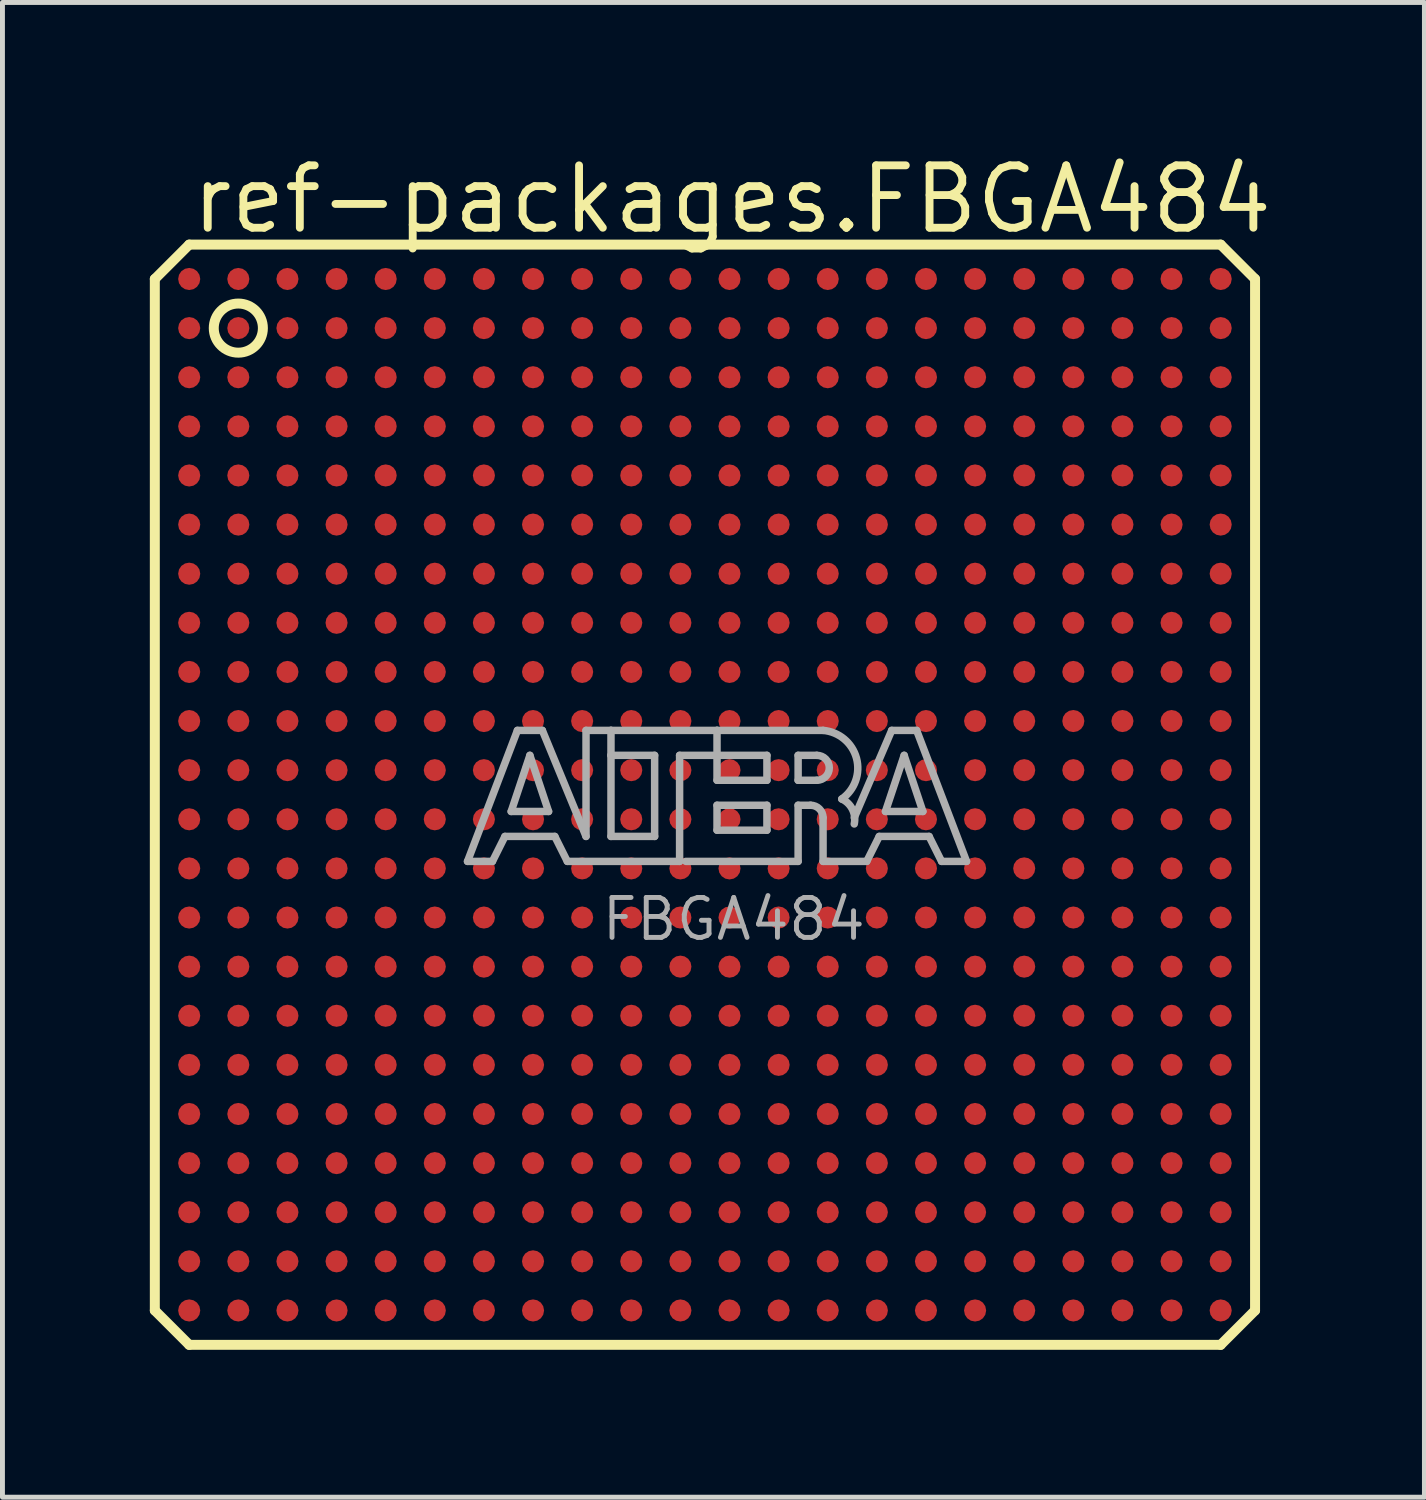
<source format=kicad_pcb>
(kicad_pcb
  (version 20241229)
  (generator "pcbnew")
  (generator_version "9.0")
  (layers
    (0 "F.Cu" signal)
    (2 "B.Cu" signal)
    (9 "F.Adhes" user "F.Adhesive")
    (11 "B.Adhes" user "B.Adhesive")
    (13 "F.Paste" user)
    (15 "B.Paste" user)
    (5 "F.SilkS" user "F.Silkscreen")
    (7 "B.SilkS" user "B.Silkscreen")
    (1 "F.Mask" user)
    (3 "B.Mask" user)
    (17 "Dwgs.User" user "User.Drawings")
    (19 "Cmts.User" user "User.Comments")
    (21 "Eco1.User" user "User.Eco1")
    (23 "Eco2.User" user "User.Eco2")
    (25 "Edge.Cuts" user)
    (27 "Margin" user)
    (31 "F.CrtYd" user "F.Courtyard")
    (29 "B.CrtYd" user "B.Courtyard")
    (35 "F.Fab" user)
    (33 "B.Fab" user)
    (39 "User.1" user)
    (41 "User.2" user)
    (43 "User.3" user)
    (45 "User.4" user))
  (footprint "ref-packages.FBGA484"
    (layer "F.Cu")
    (at 11.302 13.13)
    (property "Reference" "ref-packages.FBGA484" (at -10.53 -11.38 0) (layer "F.SilkS") (effects (font (size 1.27 1.27) (thickness 0.16)) (justify left bottom)))
    (attr smd)
    (fp_line (start -11.2 -10.5) (end -11.2 10.5) (stroke (width 0.203) (type default)) (layer "F.SilkS"))
    (fp_line (start -11.2 10.5) (end -10.5 11.2) (stroke (width 0.203) (type default)) (layer "F.SilkS"))
    (fp_line (start -10.5 -11.2) (end -11.2 -10.5) (stroke (width 0.203) (type default)) (layer "F.SilkS"))
    (fp_line (start -10.5 11.2) (end 10.5 11.2) (stroke (width 0.203) (type default)) (layer "F.SilkS"))
    (fp_line (start 10.5 -11.2) (end -10.5 -11.2) (stroke (width 0.203) (type default)) (layer "F.SilkS"))
    (fp_line (start 10.5 11.2) (end 11.2 10.5) (stroke (width 0.203) (type default)) (layer "F.SilkS"))
    (fp_line (start 11.2 -10.5) (end 10.5 -11.2) (stroke (width 0.203) (type default)) (layer "F.SilkS"))
    (fp_line (start 11.2 10.5) (end 11.2 -10.5) (stroke (width 0.203) (type default)) (layer "F.SilkS"))
    (fp_circle (center -9.5 -9.5) (end -9 -9.5) (stroke (width 0.203) (type default)) (fill no) (layer "F.SilkS"))
    (fp_line (start -4.834 1.357) (end -3.818 -1.31) (stroke (width 0.152) (type default)) (layer "F.Fab"))
    (fp_line (start -4.326 1.357) (end -4.834 1.357) (stroke (width 0.152) (type default)) (layer "F.Fab"))
    (fp_line (start -4.072 0.849) (end -4.326 1.357) (stroke (width 0.152) (type default)) (layer "F.Fab"))
    (fp_line (start -3.945 0.341) (end -3.183 0.341) (stroke (width 0.152) (type default)) (layer "F.Fab"))
    (fp_line (start -3.818 -1.31) (end -3.31 -1.31) (stroke (width 0.152) (type default)) (layer "F.Fab"))
    (fp_line (start -3.564 -0.802) (end -3.945 0.341) (stroke (width 0.152) (type default)) (layer "F.Fab"))
    (fp_line (start -3.31 -1.31) (end -2.421 0.849) (stroke (width 0.152) (type default)) (layer "F.Fab"))
    (fp_line (start -3.183 0.341) (end -3.564 -0.802) (stroke (width 0.152) (type default)) (layer "F.Fab"))
    (fp_line (start -3.056 0.849) (end -4.072 0.849) (stroke (width 0.152) (type default)) (layer "F.Fab"))
    (fp_line (start -2.802 1.357) (end -3.056 0.849) (stroke (width 0.152) (type default)) (layer "F.Fab"))
    (fp_line (start -2.421 -1.31) (end -1.913 -1.31) (stroke (width 0.152) (type default)) (layer "F.Fab"))
    (fp_line (start -2.421 0.849) (end -2.421 -1.31) (stroke (width 0.152) (type default)) (layer "F.Fab"))
    (fp_line (start -1.913 -1.31) (end -1.913 -0.802) (stroke (width 0.152) (type default)) (layer "F.Fab"))
    (fp_line (start -1.913 -1.31) (end 0.246 -1.31) (stroke (width 0.152) (type default)) (layer "F.Fab"))
    (fp_line (start -1.913 -0.802) (end -1.913 0.849) (stroke (width 0.152) (type default)) (layer "F.Fab"))
    (fp_line (start -1.913 0.849) (end -1.024 0.849) (stroke (width 0.152) (type default)) (layer "F.Fab"))
    (fp_line (start -1.024 -0.802) (end -1.913 -0.802) (stroke (width 0.152) (type default)) (layer "F.Fab"))
    (fp_line (start -1.024 0.849) (end -1.024 -0.802) (stroke (width 0.152) (type default)) (layer "F.Fab"))
    (fp_line (start -0.516 -0.802) (end -0.516 1.357) (stroke (width 0.152) (type default)) (layer "F.Fab"))
    (fp_line (start -0.516 1.357) (end -2.802 1.357) (stroke (width 0.152) (type default)) (layer "F.Fab"))
    (fp_line (start 0.246 -1.31) (end 0.246 -0.802) (stroke (width 0.152) (type default)) (layer "F.Fab"))
    (fp_line (start 0.246 -1.31) (end 2.405 -1.31) (stroke (width 0.152) (type default)) (layer "F.Fab"))
    (fp_line (start 0.246 -0.802) (end -0.516 -0.802) (stroke (width 0.152) (type default)) (layer "F.Fab"))
    (fp_line (start 0.246 -0.802) (end 0.246 -0.294) (stroke (width 0.152) (type default)) (layer "F.Fab"))
    (fp_line (start 0.246 -0.294) (end 1.262 -0.294) (stroke (width 0.152) (type default)) (layer "F.Fab"))
    (fp_line (start 0.246 0.214) (end 1.262 0.214) (stroke (width 0.152) (type default)) (layer "F.Fab"))
    (fp_line (start 0.246 0.722) (end 0.246 0.214) (stroke (width 0.152) (type default)) (layer "F.Fab"))
    (fp_line (start 1.262 -0.802) (end 0.246 -0.802) (stroke (width 0.152) (type default)) (layer "F.Fab"))
    (fp_line (start 1.262 -0.294) (end 1.262 -0.802) (stroke (width 0.152) (type default)) (layer "F.Fab"))
    (fp_line (start 1.262 0.214) (end 1.262 0.722) (stroke (width 0.152) (type default)) (layer "F.Fab"))
    (fp_line (start 1.262 0.722) (end 0.246 0.722) (stroke (width 0.152) (type default)) (layer "F.Fab"))
    (fp_line (start 1.897 -0.802) (end 1.897 -0.294) (stroke (width 0.152) (type default)) (layer "F.Fab"))
    (fp_line (start 1.897 -0.294) (end 2.278 -0.294) (stroke (width 0.152) (type default)) (layer "F.Fab"))
    (fp_line (start 1.897 0.214) (end 1.897 1.357) (stroke (width 0.152) (type default)) (layer "F.Fab"))
    (fp_line (start 1.897 0.214) (end 2.151 0.214) (stroke (width 0.152) (type default)) (layer "F.Fab"))
    (fp_line (start 1.897 1.357) (end -0.389 1.357) (stroke (width 0.152) (type default)) (layer "F.Fab"))
    (fp_line (start 2.278 -0.802) (end 1.897 -0.802) (stroke (width 0.152) (type default)) (layer "F.Fab"))
    (fp_line (start 2.405 0.468) (end 2.405 1.357) (stroke (width 0.152) (type default)) (layer "F.Fab"))
    (fp_line (start 2.405 1.357) (end 3.294 1.357) (stroke (width 0.152) (type default)) (layer "F.Fab"))
    (fp_line (start 3.294 1.357) (end 3.548 0.849) (stroke (width 0.152) (type default)) (layer "F.Fab"))
    (fp_line (start 3.548 0.849) (end 4.564 0.849) (stroke (width 0.152) (type default)) (layer "F.Fab"))
    (fp_line (start 3.675 0.341) (end 4.056 -0.802) (stroke (width 0.152) (type default)) (layer "F.Fab"))
    (fp_line (start 3.802 -1.31) (end 3.04 0.468) (stroke (width 0.152) (type default)) (layer "F.Fab"))
    (fp_line (start 4.056 -0.802) (end 4.437 0.341) (stroke (width 0.152) (type default)) (layer "F.Fab"))
    (fp_line (start 4.31 -1.31) (end 3.802 -1.31) (stroke (width 0.152) (type default)) (layer "F.Fab"))
    (fp_line (start 4.437 0.341) (end 3.675 0.341) (stroke (width 0.152) (type default)) (layer "F.Fab"))
    (fp_line (start 4.564 0.849) (end 4.818 1.357) (stroke (width 0.152) (type default)) (layer "F.Fab"))
    (fp_line (start 4.818 1.357) (end 5.326 1.357) (stroke (width 0.152) (type default)) (layer "F.Fab"))
    (fp_line (start 5.326 1.357) (end 4.31 -1.31) (stroke (width 0.152) (type default)) (layer "F.Fab"))
    (fp_arc (start 2.151 0.214) (mid 2.330605 0.288395) (end 2.405 0.468) (stroke (width 0.1524) (type default)) (layer "F.Fab"))
    (fp_arc (start 2.278 -0.802) (mid 2.532 -0.548) (end 2.278 -0.294) (stroke (width 0.1524) (type default)) (layer "F.Fab"))
    (fp_arc (start 2.405 -1.31) (mid 3.084953 -0.74477) (end 2.7861 0.0874) (stroke (width 0.1524) (type default)) (layer "F.Fab"))
    (fp_arc (start 2.7861 0.0871) (mid 3.002081 0.296587) (end 3.0398 0.5951) (stroke (width 0.1524) (type default)) (layer "F.Fab"))
    (fp_text user "FBGA484" (at -2.151 3.009 0) (layer "F.Fab") (effects (font (size 0.813 0.813) (thickness 0.1)) (justify left bottom)))
    (pad "A1" smd roundrect (at -10.5 -10.5) (size 0.45 0.45) (layers "F.Cu" "F.Mask" "F.Paste") (roundrect_rratio 0.5))
    (pad "A2" smd roundrect (at -9.5 -10.5) (size 0.45 0.45) (layers "F.Cu" "F.Mask" "F.Paste") (roundrect_rratio 0.5))
    (pad "A3" smd roundrect (at -8.5 -10.5) (size 0.45 0.45) (layers "F.Cu" "F.Mask" "F.Paste") (roundrect_rratio 0.5))
    (pad "A4" smd roundrect (at -7.5 -10.5) (size 0.45 0.45) (layers "F.Cu" "F.Mask" "F.Paste") (roundrect_rratio 0.5))
    (pad "A5" smd roundrect (at -6.5 -10.5) (size 0.45 0.45) (layers "F.Cu" "F.Mask" "F.Paste") (roundrect_rratio 0.5))
    (pad "A6" smd roundrect (at -5.5 -10.5) (size 0.45 0.45) (layers "F.Cu" "F.Mask" "F.Paste") (roundrect_rratio 0.5))
    (pad "A7" smd roundrect (at -4.5 -10.5) (size 0.45 0.45) (layers "F.Cu" "F.Mask" "F.Paste") (roundrect_rratio 0.5))
    (pad "A8" smd roundrect (at -3.5 -10.5) (size 0.45 0.45) (layers "F.Cu" "F.Mask" "F.Paste") (roundrect_rratio 0.5))
    (pad "A9" smd roundrect (at -2.5 -10.5) (size 0.45 0.45) (layers "F.Cu" "F.Mask" "F.Paste") (roundrect_rratio 0.5))
    (pad "A10" smd roundrect (at -1.5 -10.5) (size 0.45 0.45) (layers "F.Cu" "F.Mask" "F.Paste") (roundrect_rratio 0.5))
    (pad "A11" smd roundrect (at -0.5 -10.5) (size 0.45 0.45) (layers "F.Cu" "F.Mask" "F.Paste") (roundrect_rratio 0.5))
    (pad "A12" smd roundrect (at 0.5 -10.5) (size 0.45 0.45) (layers "F.Cu" "F.Mask" "F.Paste") (roundrect_rratio 0.5))
    (pad "A13" smd roundrect (at 1.5 -10.5) (size 0.45 0.45) (layers "F.Cu" "F.Mask" "F.Paste") (roundrect_rratio 0.5))
    (pad "A14" smd roundrect (at 2.5 -10.5) (size 0.45 0.45) (layers "F.Cu" "F.Mask" "F.Paste") (roundrect_rratio 0.5))
    (pad "A15" smd roundrect (at 3.5 -10.5) (size 0.45 0.45) (layers "F.Cu" "F.Mask" "F.Paste") (roundrect_rratio 0.5))
    (pad "A16" smd roundrect (at 4.5 -10.5) (size 0.45 0.45) (layers "F.Cu" "F.Mask" "F.Paste") (roundrect_rratio 0.5))
    (pad "A17" smd roundrect (at 5.5 -10.5) (size 0.45 0.45) (layers "F.Cu" "F.Mask" "F.Paste") (roundrect_rratio 0.5))
    (pad "A18" smd roundrect (at 6.5 -10.5) (size 0.45 0.45) (layers "F.Cu" "F.Mask" "F.Paste") (roundrect_rratio 0.5))
    (pad "A19" smd roundrect (at 7.5 -10.5) (size 0.45 0.45) (layers "F.Cu" "F.Mask" "F.Paste") (roundrect_rratio 0.5))
    (pad "A20" smd roundrect (at 8.5 -10.5) (size 0.45 0.45) (layers "F.Cu" "F.Mask" "F.Paste") (roundrect_rratio 0.5))
    (pad "A21" smd roundrect (at 9.5 -10.5) (size 0.45 0.45) (layers "F.Cu" "F.Mask" "F.Paste") (roundrect_rratio 0.5))
    (pad "A22" smd roundrect (at 10.5 -10.5) (size 0.45 0.45) (layers "F.Cu" "F.Mask" "F.Paste") (roundrect_rratio 0.5))
    (pad "AA1" smd roundrect (at -10.5 9.5) (size 0.45 0.45) (layers "F.Cu" "F.Mask" "F.Paste") (roundrect_rratio 0.5))
    (pad "AA2" smd roundrect (at -9.5 9.5) (size 0.45 0.45) (layers "F.Cu" "F.Mask" "F.Paste") (roundrect_rratio 0.5))
    (pad "AA3" smd roundrect (at -8.5 9.5) (size 0.45 0.45) (layers "F.Cu" "F.Mask" "F.Paste") (roundrect_rratio 0.5))
    (pad "AA4" smd roundrect (at -7.5 9.5) (size 0.45 0.45) (layers "F.Cu" "F.Mask" "F.Paste") (roundrect_rratio 0.5))
    (pad "AA5" smd roundrect (at -6.5 9.5) (size 0.45 0.45) (layers "F.Cu" "F.Mask" "F.Paste") (roundrect_rratio 0.5))
    (pad "AA6" smd roundrect (at -5.5 9.5) (size 0.45 0.45) (layers "F.Cu" "F.Mask" "F.Paste") (roundrect_rratio 0.5))
    (pad "AA7" smd roundrect (at -4.5 9.5) (size 0.45 0.45) (layers "F.Cu" "F.Mask" "F.Paste") (roundrect_rratio 0.5))
    (pad "AA8" smd roundrect (at -3.5 9.5) (size 0.45 0.45) (layers "F.Cu" "F.Mask" "F.Paste") (roundrect_rratio 0.5))
    (pad "AA9" smd roundrect (at -2.5 9.5) (size 0.45 0.45) (layers "F.Cu" "F.Mask" "F.Paste") (roundrect_rratio 0.5))
    (pad "AA10" smd roundrect (at -1.5 9.5) (size 0.45 0.45) (layers "F.Cu" "F.Mask" "F.Paste") (roundrect_rratio 0.5))
    (pad "AA11" smd roundrect (at -0.5 9.5) (size 0.45 0.45) (layers "F.Cu" "F.Mask" "F.Paste") (roundrect_rratio 0.5))
    (pad "AA12" smd roundrect (at 0.5 9.5) (size 0.45 0.45) (layers "F.Cu" "F.Mask" "F.Paste") (roundrect_rratio 0.5))
    (pad "AA13" smd roundrect (at 1.5 9.5) (size 0.45 0.45) (layers "F.Cu" "F.Mask" "F.Paste") (roundrect_rratio 0.5))
    (pad "AA14" smd roundrect (at 2.5 9.5) (size 0.45 0.45) (layers "F.Cu" "F.Mask" "F.Paste") (roundrect_rratio 0.5))
    (pad "AA15" smd roundrect (at 3.5 9.5) (size 0.45 0.45) (layers "F.Cu" "F.Mask" "F.Paste") (roundrect_rratio 0.5))
    (pad "AA16" smd roundrect (at 4.5 9.5) (size 0.45 0.45) (layers "F.Cu" "F.Mask" "F.Paste") (roundrect_rratio 0.5))
    (pad "AA17" smd roundrect (at 5.5 9.5) (size 0.45 0.45) (layers "F.Cu" "F.Mask" "F.Paste") (roundrect_rratio 0.5))
    (pad "AA18" smd roundrect (at 6.5 9.5) (size 0.45 0.45) (layers "F.Cu" "F.Mask" "F.Paste") (roundrect_rratio 0.5))
    (pad "AA19" smd roundrect (at 7.5 9.5) (size 0.45 0.45) (layers "F.Cu" "F.Mask" "F.Paste") (roundrect_rratio 0.5))
    (pad "AA20" smd roundrect (at 8.5 9.5) (size 0.45 0.45) (layers "F.Cu" "F.Mask" "F.Paste") (roundrect_rratio 0.5))
    (pad "AA21" smd roundrect (at 9.5 9.5) (size 0.45 0.45) (layers "F.Cu" "F.Mask" "F.Paste") (roundrect_rratio 0.5))
    (pad "AA22" smd roundrect (at 10.5 9.5) (size 0.45 0.45) (layers "F.Cu" "F.Mask" "F.Paste") (roundrect_rratio 0.5))
    (pad "AB1" smd roundrect (at -10.5 10.5) (size 0.45 0.45) (layers "F.Cu" "F.Mask" "F.Paste") (roundrect_rratio 0.5))
    (pad "AB2" smd roundrect (at -9.5 10.5) (size 0.45 0.45) (layers "F.Cu" "F.Mask" "F.Paste") (roundrect_rratio 0.5))
    (pad "AB3" smd roundrect (at -8.5 10.5) (size 0.45 0.45) (layers "F.Cu" "F.Mask" "F.Paste") (roundrect_rratio 0.5))
    (pad "AB4" smd roundrect (at -7.5 10.5) (size 0.45 0.45) (layers "F.Cu" "F.Mask" "F.Paste") (roundrect_rratio 0.5))
    (pad "AB5" smd roundrect (at -6.5 10.5) (size 0.45 0.45) (layers "F.Cu" "F.Mask" "F.Paste") (roundrect_rratio 0.5))
    (pad "AB6" smd roundrect (at -5.5 10.5) (size 0.45 0.45) (layers "F.Cu" "F.Mask" "F.Paste") (roundrect_rratio 0.5))
    (pad "AB7" smd roundrect (at -4.5 10.5) (size 0.45 0.45) (layers "F.Cu" "F.Mask" "F.Paste") (roundrect_rratio 0.5))
    (pad "AB8" smd roundrect (at -3.5 10.5) (size 0.45 0.45) (layers "F.Cu" "F.Mask" "F.Paste") (roundrect_rratio 0.5))
    (pad "AB9" smd roundrect (at -2.5 10.5) (size 0.45 0.45) (layers "F.Cu" "F.Mask" "F.Paste") (roundrect_rratio 0.5))
    (pad "AB10" smd roundrect (at -1.5 10.5) (size 0.45 0.45) (layers "F.Cu" "F.Mask" "F.Paste") (roundrect_rratio 0.5))
    (pad "AB11" smd roundrect (at -0.5 10.5) (size 0.45 0.45) (layers "F.Cu" "F.Mask" "F.Paste") (roundrect_rratio 0.5))
    (pad "AB12" smd roundrect (at 0.5 10.5) (size 0.45 0.45) (layers "F.Cu" "F.Mask" "F.Paste") (roundrect_rratio 0.5))
    (pad "AB13" smd roundrect (at 1.5 10.5) (size 0.45 0.45) (layers "F.Cu" "F.Mask" "F.Paste") (roundrect_rratio 0.5))
    (pad "AB14" smd roundrect (at 2.5 10.5) (size 0.45 0.45) (layers "F.Cu" "F.Mask" "F.Paste") (roundrect_rratio 0.5))
    (pad "AB15" smd roundrect (at 3.5 10.5) (size 0.45 0.45) (layers "F.Cu" "F.Mask" "F.Paste") (roundrect_rratio 0.5))
    (pad "AB16" smd roundrect (at 4.5 10.5) (size 0.45 0.45) (layers "F.Cu" "F.Mask" "F.Paste") (roundrect_rratio 0.5))
    (pad "AB17" smd roundrect (at 5.5 10.5) (size 0.45 0.45) (layers "F.Cu" "F.Mask" "F.Paste") (roundrect_rratio 0.5))
    (pad "AB18" smd roundrect (at 6.5 10.5) (size 0.45 0.45) (layers "F.Cu" "F.Mask" "F.Paste") (roundrect_rratio 0.5))
    (pad "AB19" smd roundrect (at 7.5 10.5) (size 0.45 0.45) (layers "F.Cu" "F.Mask" "F.Paste") (roundrect_rratio 0.5))
    (pad "AB20" smd roundrect (at 8.5 10.5) (size 0.45 0.45) (layers "F.Cu" "F.Mask" "F.Paste") (roundrect_rratio 0.5))
    (pad "AB21" smd roundrect (at 9.5 10.5) (size 0.45 0.45) (layers "F.Cu" "F.Mask" "F.Paste") (roundrect_rratio 0.5))
    (pad "AB22" smd roundrect (at 10.5 10.5) (size 0.45 0.45) (layers "F.Cu" "F.Mask" "F.Paste") (roundrect_rratio 0.5))
    (pad "B1" smd roundrect (at -10.5 -9.5) (size 0.45 0.45) (layers "F.Cu" "F.Mask" "F.Paste") (roundrect_rratio 0.5))
    (pad "B2" smd roundrect (at -9.5 -9.5) (size 0.45 0.45) (layers "F.Cu" "F.Mask" "F.Paste") (roundrect_rratio 0.5))
    (pad "B3" smd roundrect (at -8.5 -9.5) (size 0.45 0.45) (layers "F.Cu" "F.Mask" "F.Paste") (roundrect_rratio 0.5))
    (pad "B4" smd roundrect (at -7.5 -9.5) (size 0.45 0.45) (layers "F.Cu" "F.Mask" "F.Paste") (roundrect_rratio 0.5))
    (pad "B5" smd roundrect (at -6.5 -9.5) (size 0.45 0.45) (layers "F.Cu" "F.Mask" "F.Paste") (roundrect_rratio 0.5))
    (pad "B6" smd roundrect (at -5.5 -9.5) (size 0.45 0.45) (layers "F.Cu" "F.Mask" "F.Paste") (roundrect_rratio 0.5))
    (pad "B7" smd roundrect (at -4.5 -9.5) (size 0.45 0.45) (layers "F.Cu" "F.Mask" "F.Paste") (roundrect_rratio 0.5))
    (pad "B8" smd roundrect (at -3.5 -9.5) (size 0.45 0.45) (layers "F.Cu" "F.Mask" "F.Paste") (roundrect_rratio 0.5))
    (pad "B9" smd roundrect (at -2.5 -9.5) (size 0.45 0.45) (layers "F.Cu" "F.Mask" "F.Paste") (roundrect_rratio 0.5))
    (pad "B10" smd roundrect (at -1.5 -9.5) (size 0.45 0.45) (layers "F.Cu" "F.Mask" "F.Paste") (roundrect_rratio 0.5))
    (pad "B11" smd roundrect (at -0.5 -9.5) (size 0.45 0.45) (layers "F.Cu" "F.Mask" "F.Paste") (roundrect_rratio 0.5))
    (pad "B12" smd roundrect (at 0.5 -9.5) (size 0.45 0.45) (layers "F.Cu" "F.Mask" "F.Paste") (roundrect_rratio 0.5))
    (pad "B13" smd roundrect (at 1.5 -9.5) (size 0.45 0.45) (layers "F.Cu" "F.Mask" "F.Paste") (roundrect_rratio 0.5))
    (pad "B14" smd roundrect (at 2.5 -9.5) (size 0.45 0.45) (layers "F.Cu" "F.Mask" "F.Paste") (roundrect_rratio 0.5))
    (pad "B15" smd roundrect (at 3.5 -9.5) (size 0.45 0.45) (layers "F.Cu" "F.Mask" "F.Paste") (roundrect_rratio 0.5))
    (pad "B16" smd roundrect (at 4.5 -9.5) (size 0.45 0.45) (layers "F.Cu" "F.Mask" "F.Paste") (roundrect_rratio 0.5))
    (pad "B17" smd roundrect (at 5.5 -9.5) (size 0.45 0.45) (layers "F.Cu" "F.Mask" "F.Paste") (roundrect_rratio 0.5))
    (pad "B18" smd roundrect (at 6.5 -9.5) (size 0.45 0.45) (layers "F.Cu" "F.Mask" "F.Paste") (roundrect_rratio 0.5))
    (pad "B19" smd roundrect (at 7.5 -9.5) (size 0.45 0.45) (layers "F.Cu" "F.Mask" "F.Paste") (roundrect_rratio 0.5))
    (pad "B20" smd roundrect (at 8.5 -9.5) (size 0.45 0.45) (layers "F.Cu" "F.Mask" "F.Paste") (roundrect_rratio 0.5))
    (pad "B21" smd roundrect (at 9.5 -9.5) (size 0.45 0.45) (layers "F.Cu" "F.Mask" "F.Paste") (roundrect_rratio 0.5))
    (pad "B22" smd roundrect (at 10.5 -9.5) (size 0.45 0.45) (layers "F.Cu" "F.Mask" "F.Paste") (roundrect_rratio 0.5))
    (pad "C1" smd roundrect (at -10.5 -8.5) (size 0.45 0.45) (layers "F.Cu" "F.Mask" "F.Paste") (roundrect_rratio 0.5))
    (pad "C2" smd roundrect (at -9.5 -8.5) (size 0.45 0.45) (layers "F.Cu" "F.Mask" "F.Paste") (roundrect_rratio 0.5))
    (pad "C3" smd roundrect (at -8.5 -8.5) (size 0.45 0.45) (layers "F.Cu" "F.Mask" "F.Paste") (roundrect_rratio 0.5))
    (pad "C4" smd roundrect (at -7.5 -8.5) (size 0.45 0.45) (layers "F.Cu" "F.Mask" "F.Paste") (roundrect_rratio 0.5))
    (pad "C5" smd roundrect (at -6.5 -8.5) (size 0.45 0.45) (layers "F.Cu" "F.Mask" "F.Paste") (roundrect_rratio 0.5))
    (pad "C6" smd roundrect (at -5.5 -8.5) (size 0.45 0.45) (layers "F.Cu" "F.Mask" "F.Paste") (roundrect_rratio 0.5))
    (pad "C7" smd roundrect (at -4.5 -8.5) (size 0.45 0.45) (layers "F.Cu" "F.Mask" "F.Paste") (roundrect_rratio 0.5))
    (pad "C8" smd roundrect (at -3.5 -8.5) (size 0.45 0.45) (layers "F.Cu" "F.Mask" "F.Paste") (roundrect_rratio 0.5))
    (pad "C9" smd roundrect (at -2.5 -8.5) (size 0.45 0.45) (layers "F.Cu" "F.Mask" "F.Paste") (roundrect_rratio 0.5))
    (pad "C10" smd roundrect (at -1.5 -8.5) (size 0.45 0.45) (layers "F.Cu" "F.Mask" "F.Paste") (roundrect_rratio 0.5))
    (pad "C11" smd roundrect (at -0.5 -8.5) (size 0.45 0.45) (layers "F.Cu" "F.Mask" "F.Paste") (roundrect_rratio 0.5))
    (pad "C12" smd roundrect (at 0.5 -8.5) (size 0.45 0.45) (layers "F.Cu" "F.Mask" "F.Paste") (roundrect_rratio 0.5))
    (pad "C13" smd roundrect (at 1.5 -8.5) (size 0.45 0.45) (layers "F.Cu" "F.Mask" "F.Paste") (roundrect_rratio 0.5))
    (pad "C14" smd roundrect (at 2.5 -8.5) (size 0.45 0.45) (layers "F.Cu" "F.Mask" "F.Paste") (roundrect_rratio 0.5))
    (pad "C15" smd roundrect (at 3.5 -8.5) (size 0.45 0.45) (layers "F.Cu" "F.Mask" "F.Paste") (roundrect_rratio 0.5))
    (pad "C16" smd roundrect (at 4.5 -8.5) (size 0.45 0.45) (layers "F.Cu" "F.Mask" "F.Paste") (roundrect_rratio 0.5))
    (pad "C17" smd roundrect (at 5.5 -8.5) (size 0.45 0.45) (layers "F.Cu" "F.Mask" "F.Paste") (roundrect_rratio 0.5))
    (pad "C18" smd roundrect (at 6.5 -8.5) (size 0.45 0.45) (layers "F.Cu" "F.Mask" "F.Paste") (roundrect_rratio 0.5))
    (pad "C19" smd roundrect (at 7.5 -8.5) (size 0.45 0.45) (layers "F.Cu" "F.Mask" "F.Paste") (roundrect_rratio 0.5))
    (pad "C20" smd roundrect (at 8.5 -8.5) (size 0.45 0.45) (layers "F.Cu" "F.Mask" "F.Paste") (roundrect_rratio 0.5))
    (pad "C21" smd roundrect (at 9.5 -8.5) (size 0.45 0.45) (layers "F.Cu" "F.Mask" "F.Paste") (roundrect_rratio 0.5))
    (pad "C22" smd roundrect (at 10.5 -8.5) (size 0.45 0.45) (layers "F.Cu" "F.Mask" "F.Paste") (roundrect_rratio 0.5))
    (pad "D1" smd roundrect (at -10.5 -7.5) (size 0.45 0.45) (layers "F.Cu" "F.Mask" "F.Paste") (roundrect_rratio 0.5))
    (pad "D2" smd roundrect (at -9.5 -7.5) (size 0.45 0.45) (layers "F.Cu" "F.Mask" "F.Paste") (roundrect_rratio 0.5))
    (pad "D3" smd roundrect (at -8.5 -7.5) (size 0.45 0.45) (layers "F.Cu" "F.Mask" "F.Paste") (roundrect_rratio 0.5))
    (pad "D4" smd roundrect (at -7.5 -7.5) (size 0.45 0.45) (layers "F.Cu" "F.Mask" "F.Paste") (roundrect_rratio 0.5))
    (pad "D5" smd roundrect (at -6.5 -7.5) (size 0.45 0.45) (layers "F.Cu" "F.Mask" "F.Paste") (roundrect_rratio 0.5))
    (pad "D6" smd roundrect (at -5.5 -7.5) (size 0.45 0.45) (layers "F.Cu" "F.Mask" "F.Paste") (roundrect_rratio 0.5))
    (pad "D7" smd roundrect (at -4.5 -7.5) (size 0.45 0.45) (layers "F.Cu" "F.Mask" "F.Paste") (roundrect_rratio 0.5))
    (pad "D8" smd roundrect (at -3.5 -7.5) (size 0.45 0.45) (layers "F.Cu" "F.Mask" "F.Paste") (roundrect_rratio 0.5))
    (pad "D9" smd roundrect (at -2.5 -7.5) (size 0.45 0.45) (layers "F.Cu" "F.Mask" "F.Paste") (roundrect_rratio 0.5))
    (pad "D10" smd roundrect (at -1.5 -7.5) (size 0.45 0.45) (layers "F.Cu" "F.Mask" "F.Paste") (roundrect_rratio 0.5))
    (pad "D11" smd roundrect (at -0.5 -7.5) (size 0.45 0.45) (layers "F.Cu" "F.Mask" "F.Paste") (roundrect_rratio 0.5))
    (pad "D12" smd roundrect (at 0.5 -7.5) (size 0.45 0.45) (layers "F.Cu" "F.Mask" "F.Paste") (roundrect_rratio 0.5))
    (pad "D13" smd roundrect (at 1.5 -7.5) (size 0.45 0.45) (layers "F.Cu" "F.Mask" "F.Paste") (roundrect_rratio 0.5))
    (pad "D14" smd roundrect (at 2.5 -7.5) (size 0.45 0.45) (layers "F.Cu" "F.Mask" "F.Paste") (roundrect_rratio 0.5))
    (pad "D15" smd roundrect (at 3.5 -7.5) (size 0.45 0.45) (layers "F.Cu" "F.Mask" "F.Paste") (roundrect_rratio 0.5))
    (pad "D16" smd roundrect (at 4.5 -7.5) (size 0.45 0.45) (layers "F.Cu" "F.Mask" "F.Paste") (roundrect_rratio 0.5))
    (pad "D17" smd roundrect (at 5.5 -7.5) (size 0.45 0.45) (layers "F.Cu" "F.Mask" "F.Paste") (roundrect_rratio 0.5))
    (pad "D18" smd roundrect (at 6.5 -7.5) (size 0.45 0.45) (layers "F.Cu" "F.Mask" "F.Paste") (roundrect_rratio 0.5))
    (pad "D19" smd roundrect (at 7.5 -7.5) (size 0.45 0.45) (layers "F.Cu" "F.Mask" "F.Paste") (roundrect_rratio 0.5))
    (pad "D20" smd roundrect (at 8.5 -7.5) (size 0.45 0.45) (layers "F.Cu" "F.Mask" "F.Paste") (roundrect_rratio 0.5))
    (pad "D21" smd roundrect (at 9.5 -7.5) (size 0.45 0.45) (layers "F.Cu" "F.Mask" "F.Paste") (roundrect_rratio 0.5))
    (pad "D22" smd roundrect (at 10.5 -7.5) (size 0.45 0.45) (layers "F.Cu" "F.Mask" "F.Paste") (roundrect_rratio 0.5))
    (pad "E1" smd roundrect (at -10.5 -6.5) (size 0.45 0.45) (layers "F.Cu" "F.Mask" "F.Paste") (roundrect_rratio 0.5))
    (pad "E2" smd roundrect (at -9.5 -6.5) (size 0.45 0.45) (layers "F.Cu" "F.Mask" "F.Paste") (roundrect_rratio 0.5))
    (pad "E3" smd roundrect (at -8.5 -6.5) (size 0.45 0.45) (layers "F.Cu" "F.Mask" "F.Paste") (roundrect_rratio 0.5))
    (pad "E4" smd roundrect (at -7.5 -6.5) (size 0.45 0.45) (layers "F.Cu" "F.Mask" "F.Paste") (roundrect_rratio 0.5))
    (pad "E5" smd roundrect (at -6.5 -6.5) (size 0.45 0.45) (layers "F.Cu" "F.Mask" "F.Paste") (roundrect_rratio 0.5))
    (pad "E6" smd roundrect (at -5.5 -6.5) (size 0.45 0.45) (layers "F.Cu" "F.Mask" "F.Paste") (roundrect_rratio 0.5))
    (pad "E7" smd roundrect (at -4.5 -6.5) (size 0.45 0.45) (layers "F.Cu" "F.Mask" "F.Paste") (roundrect_rratio 0.5))
    (pad "E8" smd roundrect (at -3.5 -6.5) (size 0.45 0.45) (layers "F.Cu" "F.Mask" "F.Paste") (roundrect_rratio 0.5))
    (pad "E9" smd roundrect (at -2.5 -6.5) (size 0.45 0.45) (layers "F.Cu" "F.Mask" "F.Paste") (roundrect_rratio 0.5))
    (pad "E10" smd roundrect (at -1.5 -6.5) (size 0.45 0.45) (layers "F.Cu" "F.Mask" "F.Paste") (roundrect_rratio 0.5))
    (pad "E11" smd roundrect (at -0.5 -6.5) (size 0.45 0.45) (layers "F.Cu" "F.Mask" "F.Paste") (roundrect_rratio 0.5))
    (pad "E12" smd roundrect (at 0.5 -6.5) (size 0.45 0.45) (layers "F.Cu" "F.Mask" "F.Paste") (roundrect_rratio 0.5))
    (pad "E13" smd roundrect (at 1.5 -6.5) (size 0.45 0.45) (layers "F.Cu" "F.Mask" "F.Paste") (roundrect_rratio 0.5))
    (pad "E14" smd roundrect (at 2.5 -6.5) (size 0.45 0.45) (layers "F.Cu" "F.Mask" "F.Paste") (roundrect_rratio 0.5))
    (pad "E15" smd roundrect (at 3.5 -6.5) (size 0.45 0.45) (layers "F.Cu" "F.Mask" "F.Paste") (roundrect_rratio 0.5))
    (pad "E16" smd roundrect (at 4.5 -6.5) (size 0.45 0.45) (layers "F.Cu" "F.Mask" "F.Paste") (roundrect_rratio 0.5))
    (pad "E17" smd roundrect (at 5.5 -6.5) (size 0.45 0.45) (layers "F.Cu" "F.Mask" "F.Paste") (roundrect_rratio 0.5))
    (pad "E18" smd roundrect (at 6.5 -6.5) (size 0.45 0.45) (layers "F.Cu" "F.Mask" "F.Paste") (roundrect_rratio 0.5))
    (pad "E19" smd roundrect (at 7.5 -6.5) (size 0.45 0.45) (layers "F.Cu" "F.Mask" "F.Paste") (roundrect_rratio 0.5))
    (pad "E20" smd roundrect (at 8.5 -6.5) (size 0.45 0.45) (layers "F.Cu" "F.Mask" "F.Paste") (roundrect_rratio 0.5))
    (pad "E21" smd roundrect (at 9.5 -6.5) (size 0.45 0.45) (layers "F.Cu" "F.Mask" "F.Paste") (roundrect_rratio 0.5))
    (pad "E22" smd roundrect (at 10.5 -6.5) (size 0.45 0.45) (layers "F.Cu" "F.Mask" "F.Paste") (roundrect_rratio 0.5))
    (pad "F1" smd roundrect (at -10.5 -5.5) (size 0.45 0.45) (layers "F.Cu" "F.Mask" "F.Paste") (roundrect_rratio 0.5))
    (pad "F2" smd roundrect (at -9.5 -5.5) (size 0.45 0.45) (layers "F.Cu" "F.Mask" "F.Paste") (roundrect_rratio 0.5))
    (pad "F3" smd roundrect (at -8.5 -5.5) (size 0.45 0.45) (layers "F.Cu" "F.Mask" "F.Paste") (roundrect_rratio 0.5))
    (pad "F4" smd roundrect (at -7.5 -5.5) (size 0.45 0.45) (layers "F.Cu" "F.Mask" "F.Paste") (roundrect_rratio 0.5))
    (pad "F5" smd roundrect (at -6.5 -5.5) (size 0.45 0.45) (layers "F.Cu" "F.Mask" "F.Paste") (roundrect_rratio 0.5))
    (pad "F6" smd roundrect (at -5.5 -5.5) (size 0.45 0.45) (layers "F.Cu" "F.Mask" "F.Paste") (roundrect_rratio 0.5))
    (pad "F7" smd roundrect (at -4.5 -5.5) (size 0.45 0.45) (layers "F.Cu" "F.Mask" "F.Paste") (roundrect_rratio 0.5))
    (pad "F8" smd roundrect (at -3.5 -5.5) (size 0.45 0.45) (layers "F.Cu" "F.Mask" "F.Paste") (roundrect_rratio 0.5))
    (pad "F9" smd roundrect (at -2.5 -5.5) (size 0.45 0.45) (layers "F.Cu" "F.Mask" "F.Paste") (roundrect_rratio 0.5))
    (pad "F10" smd roundrect (at -1.5 -5.5) (size 0.45 0.45) (layers "F.Cu" "F.Mask" "F.Paste") (roundrect_rratio 0.5))
    (pad "F11" smd roundrect (at -0.5 -5.5) (size 0.45 0.45) (layers "F.Cu" "F.Mask" "F.Paste") (roundrect_rratio 0.5))
    (pad "F12" smd roundrect (at 0.5 -5.5) (size 0.45 0.45) (layers "F.Cu" "F.Mask" "F.Paste") (roundrect_rratio 0.5))
    (pad "F13" smd roundrect (at 1.5 -5.5) (size 0.45 0.45) (layers "F.Cu" "F.Mask" "F.Paste") (roundrect_rratio 0.5))
    (pad "F14" smd roundrect (at 2.5 -5.5) (size 0.45 0.45) (layers "F.Cu" "F.Mask" "F.Paste") (roundrect_rratio 0.5))
    (pad "F15" smd roundrect (at 3.5 -5.5) (size 0.45 0.45) (layers "F.Cu" "F.Mask" "F.Paste") (roundrect_rratio 0.5))
    (pad "F16" smd roundrect (at 4.5 -5.5) (size 0.45 0.45) (layers "F.Cu" "F.Mask" "F.Paste") (roundrect_rratio 0.5))
    (pad "F17" smd roundrect (at 5.5 -5.5) (size 0.45 0.45) (layers "F.Cu" "F.Mask" "F.Paste") (roundrect_rratio 0.5))
    (pad "F18" smd roundrect (at 6.5 -5.5) (size 0.45 0.45) (layers "F.Cu" "F.Mask" "F.Paste") (roundrect_rratio 0.5))
    (pad "F19" smd roundrect (at 7.5 -5.5) (size 0.45 0.45) (layers "F.Cu" "F.Mask" "F.Paste") (roundrect_rratio 0.5))
    (pad "F20" smd roundrect (at 8.5 -5.5) (size 0.45 0.45) (layers "F.Cu" "F.Mask" "F.Paste") (roundrect_rratio 0.5))
    (pad "F21" smd roundrect (at 9.5 -5.5) (size 0.45 0.45) (layers "F.Cu" "F.Mask" "F.Paste") (roundrect_rratio 0.5))
    (pad "F22" smd roundrect (at 10.5 -5.5) (size 0.45 0.45) (layers "F.Cu" "F.Mask" "F.Paste") (roundrect_rratio 0.5))
    (pad "G1" smd roundrect (at -10.5 -4.5) (size 0.45 0.45) (layers "F.Cu" "F.Mask" "F.Paste") (roundrect_rratio 0.5))
    (pad "G2" smd roundrect (at -9.5 -4.5) (size 0.45 0.45) (layers "F.Cu" "F.Mask" "F.Paste") (roundrect_rratio 0.5))
    (pad "G3" smd roundrect (at -8.5 -4.5) (size 0.45 0.45) (layers "F.Cu" "F.Mask" "F.Paste") (roundrect_rratio 0.5))
    (pad "G4" smd roundrect (at -7.5 -4.5) (size 0.45 0.45) (layers "F.Cu" "F.Mask" "F.Paste") (roundrect_rratio 0.5))
    (pad "G5" smd roundrect (at -6.5 -4.5) (size 0.45 0.45) (layers "F.Cu" "F.Mask" "F.Paste") (roundrect_rratio 0.5))
    (pad "G6" smd roundrect (at -5.5 -4.5) (size 0.45 0.45) (layers "F.Cu" "F.Mask" "F.Paste") (roundrect_rratio 0.5))
    (pad "G7" smd roundrect (at -4.5 -4.5) (size 0.45 0.45) (layers "F.Cu" "F.Mask" "F.Paste") (roundrect_rratio 0.5))
    (pad "G8" smd roundrect (at -3.5 -4.5) (size 0.45 0.45) (layers "F.Cu" "F.Mask" "F.Paste") (roundrect_rratio 0.5))
    (pad "G9" smd roundrect (at -2.5 -4.5) (size 0.45 0.45) (layers "F.Cu" "F.Mask" "F.Paste") (roundrect_rratio 0.5))
    (pad "G10" smd roundrect (at -1.5 -4.5) (size 0.45 0.45) (layers "F.Cu" "F.Mask" "F.Paste") (roundrect_rratio 0.5))
    (pad "G11" smd roundrect (at -0.5 -4.5) (size 0.45 0.45) (layers "F.Cu" "F.Mask" "F.Paste") (roundrect_rratio 0.5))
    (pad "G12" smd roundrect (at 0.5 -4.5) (size 0.45 0.45) (layers "F.Cu" "F.Mask" "F.Paste") (roundrect_rratio 0.5))
    (pad "G13" smd roundrect (at 1.5 -4.5) (size 0.45 0.45) (layers "F.Cu" "F.Mask" "F.Paste") (roundrect_rratio 0.5))
    (pad "G14" smd roundrect (at 2.5 -4.5) (size 0.45 0.45) (layers "F.Cu" "F.Mask" "F.Paste") (roundrect_rratio 0.5))
    (pad "G15" smd roundrect (at 3.5 -4.5) (size 0.45 0.45) (layers "F.Cu" "F.Mask" "F.Paste") (roundrect_rratio 0.5))
    (pad "G16" smd roundrect (at 4.5 -4.5) (size 0.45 0.45) (layers "F.Cu" "F.Mask" "F.Paste") (roundrect_rratio 0.5))
    (pad "G17" smd roundrect (at 5.5 -4.5) (size 0.45 0.45) (layers "F.Cu" "F.Mask" "F.Paste") (roundrect_rratio 0.5))
    (pad "G18" smd roundrect (at 6.5 -4.5) (size 0.45 0.45) (layers "F.Cu" "F.Mask" "F.Paste") (roundrect_rratio 0.5))
    (pad "G19" smd roundrect (at 7.5 -4.5) (size 0.45 0.45) (layers "F.Cu" "F.Mask" "F.Paste") (roundrect_rratio 0.5))
    (pad "G20" smd roundrect (at 8.5 -4.5) (size 0.45 0.45) (layers "F.Cu" "F.Mask" "F.Paste") (roundrect_rratio 0.5))
    (pad "G21" smd roundrect (at 9.5 -4.5) (size 0.45 0.45) (layers "F.Cu" "F.Mask" "F.Paste") (roundrect_rratio 0.5))
    (pad "G22" smd roundrect (at 10.5 -4.5) (size 0.45 0.45) (layers "F.Cu" "F.Mask" "F.Paste") (roundrect_rratio 0.5))
    (pad "H1" smd roundrect (at -10.5 -3.5) (size 0.45 0.45) (layers "F.Cu" "F.Mask" "F.Paste") (roundrect_rratio 0.5))
    (pad "H2" smd roundrect (at -9.5 -3.5) (size 0.45 0.45) (layers "F.Cu" "F.Mask" "F.Paste") (roundrect_rratio 0.5))
    (pad "H3" smd roundrect (at -8.5 -3.5) (size 0.45 0.45) (layers "F.Cu" "F.Mask" "F.Paste") (roundrect_rratio 0.5))
    (pad "H4" smd roundrect (at -7.5 -3.5) (size 0.45 0.45) (layers "F.Cu" "F.Mask" "F.Paste") (roundrect_rratio 0.5))
    (pad "H5" smd roundrect (at -6.5 -3.5) (size 0.45 0.45) (layers "F.Cu" "F.Mask" "F.Paste") (roundrect_rratio 0.5))
    (pad "H6" smd roundrect (at -5.5 -3.5) (size 0.45 0.45) (layers "F.Cu" "F.Mask" "F.Paste") (roundrect_rratio 0.5))
    (pad "H7" smd roundrect (at -4.5 -3.5) (size 0.45 0.45) (layers "F.Cu" "F.Mask" "F.Paste") (roundrect_rratio 0.5))
    (pad "H8" smd roundrect (at -3.5 -3.5) (size 0.45 0.45) (layers "F.Cu" "F.Mask" "F.Paste") (roundrect_rratio 0.5))
    (pad "H9" smd roundrect (at -2.5 -3.5) (size 0.45 0.45) (layers "F.Cu" "F.Mask" "F.Paste") (roundrect_rratio 0.5))
    (pad "H10" smd roundrect (at -1.5 -3.5) (size 0.45 0.45) (layers "F.Cu" "F.Mask" "F.Paste") (roundrect_rratio 0.5))
    (pad "H11" smd roundrect (at -0.5 -3.5) (size 0.45 0.45) (layers "F.Cu" "F.Mask" "F.Paste") (roundrect_rratio 0.5))
    (pad "H12" smd roundrect (at 0.5 -3.5) (size 0.45 0.45) (layers "F.Cu" "F.Mask" "F.Paste") (roundrect_rratio 0.5))
    (pad "H13" smd roundrect (at 1.5 -3.5) (size 0.45 0.45) (layers "F.Cu" "F.Mask" "F.Paste") (roundrect_rratio 0.5))
    (pad "H14" smd roundrect (at 2.5 -3.5) (size 0.45 0.45) (layers "F.Cu" "F.Mask" "F.Paste") (roundrect_rratio 0.5))
    (pad "H15" smd roundrect (at 3.5 -3.5) (size 0.45 0.45) (layers "F.Cu" "F.Mask" "F.Paste") (roundrect_rratio 0.5))
    (pad "H16" smd roundrect (at 4.5 -3.5) (size 0.45 0.45) (layers "F.Cu" "F.Mask" "F.Paste") (roundrect_rratio 0.5))
    (pad "H17" smd roundrect (at 5.5 -3.5) (size 0.45 0.45) (layers "F.Cu" "F.Mask" "F.Paste") (roundrect_rratio 0.5))
    (pad "H18" smd roundrect (at 6.5 -3.5) (size 0.45 0.45) (layers "F.Cu" "F.Mask" "F.Paste") (roundrect_rratio 0.5))
    (pad "H19" smd roundrect (at 7.5 -3.5) (size 0.45 0.45) (layers "F.Cu" "F.Mask" "F.Paste") (roundrect_rratio 0.5))
    (pad "H20" smd roundrect (at 8.5 -3.5) (size 0.45 0.45) (layers "F.Cu" "F.Mask" "F.Paste") (roundrect_rratio 0.5))
    (pad "H21" smd roundrect (at 9.5 -3.5) (size 0.45 0.45) (layers "F.Cu" "F.Mask" "F.Paste") (roundrect_rratio 0.5))
    (pad "H22" smd roundrect (at 10.5 -3.5) (size 0.45 0.45) (layers "F.Cu" "F.Mask" "F.Paste") (roundrect_rratio 0.5))
    (pad "J1" smd roundrect (at -10.5 -2.5) (size 0.45 0.45) (layers "F.Cu" "F.Mask" "F.Paste") (roundrect_rratio 0.5))
    (pad "J2" smd roundrect (at -9.5 -2.5) (size 0.45 0.45) (layers "F.Cu" "F.Mask" "F.Paste") (roundrect_rratio 0.5))
    (pad "J3" smd roundrect (at -8.5 -2.5) (size 0.45 0.45) (layers "F.Cu" "F.Mask" "F.Paste") (roundrect_rratio 0.5))
    (pad "J4" smd roundrect (at -7.5 -2.5) (size 0.45 0.45) (layers "F.Cu" "F.Mask" "F.Paste") (roundrect_rratio 0.5))
    (pad "J5" smd roundrect (at -6.5 -2.5) (size 0.45 0.45) (layers "F.Cu" "F.Mask" "F.Paste") (roundrect_rratio 0.5))
    (pad "J6" smd roundrect (at -5.5 -2.5) (size 0.45 0.45) (layers "F.Cu" "F.Mask" "F.Paste") (roundrect_rratio 0.5))
    (pad "J7" smd roundrect (at -4.5 -2.5) (size 0.45 0.45) (layers "F.Cu" "F.Mask" "F.Paste") (roundrect_rratio 0.5))
    (pad "J8" smd roundrect (at -3.5 -2.5) (size 0.45 0.45) (layers "F.Cu" "F.Mask" "F.Paste") (roundrect_rratio 0.5))
    (pad "J9" smd roundrect (at -2.5 -2.5) (size 0.45 0.45) (layers "F.Cu" "F.Mask" "F.Paste") (roundrect_rratio 0.5))
    (pad "J10" smd roundrect (at -1.5 -2.5) (size 0.45 0.45) (layers "F.Cu" "F.Mask" "F.Paste") (roundrect_rratio 0.5))
    (pad "J11" smd roundrect (at -0.5 -2.5) (size 0.45 0.45) (layers "F.Cu" "F.Mask" "F.Paste") (roundrect_rratio 0.5))
    (pad "J12" smd roundrect (at 0.5 -2.5) (size 0.45 0.45) (layers "F.Cu" "F.Mask" "F.Paste") (roundrect_rratio 0.5))
    (pad "J13" smd roundrect (at 1.5 -2.5) (size 0.45 0.45) (layers "F.Cu" "F.Mask" "F.Paste") (roundrect_rratio 0.5))
    (pad "J14" smd roundrect (at 2.5 -2.5) (size 0.45 0.45) (layers "F.Cu" "F.Mask" "F.Paste") (roundrect_rratio 0.5))
    (pad "J15" smd roundrect (at 3.5 -2.5) (size 0.45 0.45) (layers "F.Cu" "F.Mask" "F.Paste") (roundrect_rratio 0.5))
    (pad "J16" smd roundrect (at 4.5 -2.5) (size 0.45 0.45) (layers "F.Cu" "F.Mask" "F.Paste") (roundrect_rratio 0.5))
    (pad "J17" smd roundrect (at 5.5 -2.5) (size 0.45 0.45) (layers "F.Cu" "F.Mask" "F.Paste") (roundrect_rratio 0.5))
    (pad "J18" smd roundrect (at 6.5 -2.5) (size 0.45 0.45) (layers "F.Cu" "F.Mask" "F.Paste") (roundrect_rratio 0.5))
    (pad "J19" smd roundrect (at 7.5 -2.5) (size 0.45 0.45) (layers "F.Cu" "F.Mask" "F.Paste") (roundrect_rratio 0.5))
    (pad "J20" smd roundrect (at 8.5 -2.5) (size 0.45 0.45) (layers "F.Cu" "F.Mask" "F.Paste") (roundrect_rratio 0.5))
    (pad "J21" smd roundrect (at 9.5 -2.5) (size 0.45 0.45) (layers "F.Cu" "F.Mask" "F.Paste") (roundrect_rratio 0.5))
    (pad "J22" smd roundrect (at 10.5 -2.5) (size 0.45 0.45) (layers "F.Cu" "F.Mask" "F.Paste") (roundrect_rratio 0.5))
    (pad "K1" smd roundrect (at -10.5 -1.5) (size 0.45 0.45) (layers "F.Cu" "F.Mask" "F.Paste") (roundrect_rratio 0.5))
    (pad "K2" smd roundrect (at -9.5 -1.5) (size 0.45 0.45) (layers "F.Cu" "F.Mask" "F.Paste") (roundrect_rratio 0.5))
    (pad "K3" smd roundrect (at -8.5 -1.5) (size 0.45 0.45) (layers "F.Cu" "F.Mask" "F.Paste") (roundrect_rratio 0.5))
    (pad "K4" smd roundrect (at -7.5 -1.5) (size 0.45 0.45) (layers "F.Cu" "F.Mask" "F.Paste") (roundrect_rratio 0.5))
    (pad "K5" smd roundrect (at -6.5 -1.5) (size 0.45 0.45) (layers "F.Cu" "F.Mask" "F.Paste") (roundrect_rratio 0.5))
    (pad "K6" smd roundrect (at -5.5 -1.5) (size 0.45 0.45) (layers "F.Cu" "F.Mask" "F.Paste") (roundrect_rratio 0.5))
    (pad "K7" smd roundrect (at -4.5 -1.5) (size 0.45 0.45) (layers "F.Cu" "F.Mask" "F.Paste") (roundrect_rratio 0.5))
    (pad "K8" smd roundrect (at -3.5 -1.5) (size 0.45 0.45) (layers "F.Cu" "F.Mask" "F.Paste") (roundrect_rratio 0.5))
    (pad "K9" smd roundrect (at -2.5 -1.5) (size 0.45 0.45) (layers "F.Cu" "F.Mask" "F.Paste") (roundrect_rratio 0.5))
    (pad "K10" smd roundrect (at -1.5 -1.5) (size 0.45 0.45) (layers "F.Cu" "F.Mask" "F.Paste") (roundrect_rratio 0.5))
    (pad "K11" smd roundrect (at -0.5 -1.5) (size 0.45 0.45) (layers "F.Cu" "F.Mask" "F.Paste") (roundrect_rratio 0.5))
    (pad "K12" smd roundrect (at 0.5 -1.5) (size 0.45 0.45) (layers "F.Cu" "F.Mask" "F.Paste") (roundrect_rratio 0.5))
    (pad "K13" smd roundrect (at 1.5 -1.5) (size 0.45 0.45) (layers "F.Cu" "F.Mask" "F.Paste") (roundrect_rratio 0.5))
    (pad "K14" smd roundrect (at 2.5 -1.5) (size 0.45 0.45) (layers "F.Cu" "F.Mask" "F.Paste") (roundrect_rratio 0.5))
    (pad "K15" smd roundrect (at 3.5 -1.5) (size 0.45 0.45) (layers "F.Cu" "F.Mask" "F.Paste") (roundrect_rratio 0.5))
    (pad "K16" smd roundrect (at 4.5 -1.5) (size 0.45 0.45) (layers "F.Cu" "F.Mask" "F.Paste") (roundrect_rratio 0.5))
    (pad "K17" smd roundrect (at 5.5 -1.5) (size 0.45 0.45) (layers "F.Cu" "F.Mask" "F.Paste") (roundrect_rratio 0.5))
    (pad "K18" smd roundrect (at 6.5 -1.5) (size 0.45 0.45) (layers "F.Cu" "F.Mask" "F.Paste") (roundrect_rratio 0.5))
    (pad "K19" smd roundrect (at 7.5 -1.5) (size 0.45 0.45) (layers "F.Cu" "F.Mask" "F.Paste") (roundrect_rratio 0.5))
    (pad "K20" smd roundrect (at 8.5 -1.5) (size 0.45 0.45) (layers "F.Cu" "F.Mask" "F.Paste") (roundrect_rratio 0.5))
    (pad "K21" smd roundrect (at 9.5 -1.5) (size 0.45 0.45) (layers "F.Cu" "F.Mask" "F.Paste") (roundrect_rratio 0.5))
    (pad "K22" smd roundrect (at 10.5 -1.5) (size 0.45 0.45) (layers "F.Cu" "F.Mask" "F.Paste") (roundrect_rratio 0.5))
    (pad "L1" smd roundrect (at -10.5 -0.5) (size 0.45 0.45) (layers "F.Cu" "F.Mask" "F.Paste") (roundrect_rratio 0.5))
    (pad "L2" smd roundrect (at -9.5 -0.5) (size 0.45 0.45) (layers "F.Cu" "F.Mask" "F.Paste") (roundrect_rratio 0.5))
    (pad "L3" smd roundrect (at -8.5 -0.5) (size 0.45 0.45) (layers "F.Cu" "F.Mask" "F.Paste") (roundrect_rratio 0.5))
    (pad "L4" smd roundrect (at -7.5 -0.5) (size 0.45 0.45) (layers "F.Cu" "F.Mask" "F.Paste") (roundrect_rratio 0.5))
    (pad "L5" smd roundrect (at -6.5 -0.5) (size 0.45 0.45) (layers "F.Cu" "F.Mask" "F.Paste") (roundrect_rratio 0.5))
    (pad "L6" smd roundrect (at -5.5 -0.5) (size 0.45 0.45) (layers "F.Cu" "F.Mask" "F.Paste") (roundrect_rratio 0.5))
    (pad "L7" smd roundrect (at -4.5 -0.5) (size 0.45 0.45) (layers "F.Cu" "F.Mask" "F.Paste") (roundrect_rratio 0.5))
    (pad "L8" smd roundrect (at -3.5 -0.5) (size 0.45 0.45) (layers "F.Cu" "F.Mask" "F.Paste") (roundrect_rratio 0.5))
    (pad "L9" smd roundrect (at -2.5 -0.5) (size 0.45 0.45) (layers "F.Cu" "F.Mask" "F.Paste") (roundrect_rratio 0.5))
    (pad "L10" smd roundrect (at -1.5 -0.5) (size 0.45 0.45) (layers "F.Cu" "F.Mask" "F.Paste") (roundrect_rratio 0.5))
    (pad "L11" smd roundrect (at -0.5 -0.5) (size 0.45 0.45) (layers "F.Cu" "F.Mask" "F.Paste") (roundrect_rratio 0.5))
    (pad "L12" smd roundrect (at 0.5 -0.5) (size 0.45 0.45) (layers "F.Cu" "F.Mask" "F.Paste") (roundrect_rratio 0.5))
    (pad "L13" smd roundrect (at 1.5 -0.5) (size 0.45 0.45) (layers "F.Cu" "F.Mask" "F.Paste") (roundrect_rratio 0.5))
    (pad "L14" smd roundrect (at 2.5 -0.5) (size 0.45 0.45) (layers "F.Cu" "F.Mask" "F.Paste") (roundrect_rratio 0.5))
    (pad "L15" smd roundrect (at 3.5 -0.5) (size 0.45 0.45) (layers "F.Cu" "F.Mask" "F.Paste") (roundrect_rratio 0.5))
    (pad "L16" smd roundrect (at 4.5 -0.5) (size 0.45 0.45) (layers "F.Cu" "F.Mask" "F.Paste") (roundrect_rratio 0.5))
    (pad "L17" smd roundrect (at 5.5 -0.5) (size 0.45 0.45) (layers "F.Cu" "F.Mask" "F.Paste") (roundrect_rratio 0.5))
    (pad "L18" smd roundrect (at 6.5 -0.5) (size 0.45 0.45) (layers "F.Cu" "F.Mask" "F.Paste") (roundrect_rratio 0.5))
    (pad "L19" smd roundrect (at 7.5 -0.5) (size 0.45 0.45) (layers "F.Cu" "F.Mask" "F.Paste") (roundrect_rratio 0.5))
    (pad "L20" smd roundrect (at 8.5 -0.5) (size 0.45 0.45) (layers "F.Cu" "F.Mask" "F.Paste") (roundrect_rratio 0.5))
    (pad "L21" smd roundrect (at 9.5 -0.5) (size 0.45 0.45) (layers "F.Cu" "F.Mask" "F.Paste") (roundrect_rratio 0.5))
    (pad "L22" smd roundrect (at 10.5 -0.5) (size 0.45 0.45) (layers "F.Cu" "F.Mask" "F.Paste") (roundrect_rratio 0.5))
    (pad "M1" smd roundrect (at -10.5 0.5) (size 0.45 0.45) (layers "F.Cu" "F.Mask" "F.Paste") (roundrect_rratio 0.5))
    (pad "M2" smd roundrect (at -9.5 0.5) (size 0.45 0.45) (layers "F.Cu" "F.Mask" "F.Paste") (roundrect_rratio 0.5))
    (pad "M3" smd roundrect (at -8.5 0.5) (size 0.45 0.45) (layers "F.Cu" "F.Mask" "F.Paste") (roundrect_rratio 0.5))
    (pad "M4" smd roundrect (at -7.5 0.5) (size 0.45 0.45) (layers "F.Cu" "F.Mask" "F.Paste") (roundrect_rratio 0.5))
    (pad "M5" smd roundrect (at -6.5 0.5) (size 0.45 0.45) (layers "F.Cu" "F.Mask" "F.Paste") (roundrect_rratio 0.5))
    (pad "M6" smd roundrect (at -5.5 0.5) (size 0.45 0.45) (layers "F.Cu" "F.Mask" "F.Paste") (roundrect_rratio 0.5))
    (pad "M7" smd roundrect (at -4.5 0.5) (size 0.45 0.45) (layers "F.Cu" "F.Mask" "F.Paste") (roundrect_rratio 0.5))
    (pad "M8" smd roundrect (at -3.5 0.5) (size 0.45 0.45) (layers "F.Cu" "F.Mask" "F.Paste") (roundrect_rratio 0.5))
    (pad "M9" smd roundrect (at -2.5 0.5) (size 0.45 0.45) (layers "F.Cu" "F.Mask" "F.Paste") (roundrect_rratio 0.5))
    (pad "M10" smd roundrect (at -1.5 0.5) (size 0.45 0.45) (layers "F.Cu" "F.Mask" "F.Paste") (roundrect_rratio 0.5))
    (pad "M11" smd roundrect (at -0.5 0.5) (size 0.45 0.45) (layers "F.Cu" "F.Mask" "F.Paste") (roundrect_rratio 0.5))
    (pad "M12" smd roundrect (at 0.5 0.5) (size 0.45 0.45) (layers "F.Cu" "F.Mask" "F.Paste") (roundrect_rratio 0.5))
    (pad "M13" smd roundrect (at 1.5 0.5) (size 0.45 0.45) (layers "F.Cu" "F.Mask" "F.Paste") (roundrect_rratio 0.5))
    (pad "M14" smd roundrect (at 2.5 0.5) (size 0.45 0.45) (layers "F.Cu" "F.Mask" "F.Paste") (roundrect_rratio 0.5))
    (pad "M15" smd roundrect (at 3.5 0.5) (size 0.45 0.45) (layers "F.Cu" "F.Mask" "F.Paste") (roundrect_rratio 0.5))
    (pad "M16" smd roundrect (at 4.5 0.5) (size 0.45 0.45) (layers "F.Cu" "F.Mask" "F.Paste") (roundrect_rratio 0.5))
    (pad "M17" smd roundrect (at 5.5 0.5) (size 0.45 0.45) (layers "F.Cu" "F.Mask" "F.Paste") (roundrect_rratio 0.5))
    (pad "M18" smd roundrect (at 6.5 0.5) (size 0.45 0.45) (layers "F.Cu" "F.Mask" "F.Paste") (roundrect_rratio 0.5))
    (pad "M19" smd roundrect (at 7.5 0.5) (size 0.45 0.45) (layers "F.Cu" "F.Mask" "F.Paste") (roundrect_rratio 0.5))
    (pad "M20" smd roundrect (at 8.5 0.5) (size 0.45 0.45) (layers "F.Cu" "F.Mask" "F.Paste") (roundrect_rratio 0.5))
    (pad "M21" smd roundrect (at 9.5 0.5) (size 0.45 0.45) (layers "F.Cu" "F.Mask" "F.Paste") (roundrect_rratio 0.5))
    (pad "M22" smd roundrect (at 10.5 0.5) (size 0.45 0.45) (layers "F.Cu" "F.Mask" "F.Paste") (roundrect_rratio 0.5))
    (pad "N1" smd roundrect (at -10.5 1.5) (size 0.45 0.45) (layers "F.Cu" "F.Mask" "F.Paste") (roundrect_rratio 0.5))
    (pad "N2" smd roundrect (at -9.5 1.5) (size 0.45 0.45) (layers "F.Cu" "F.Mask" "F.Paste") (roundrect_rratio 0.5))
    (pad "N3" smd roundrect (at -8.5 1.5) (size 0.45 0.45) (layers "F.Cu" "F.Mask" "F.Paste") (roundrect_rratio 0.5))
    (pad "N4" smd roundrect (at -7.5 1.5) (size 0.45 0.45) (layers "F.Cu" "F.Mask" "F.Paste") (roundrect_rratio 0.5))
    (pad "N5" smd roundrect (at -6.5 1.5) (size 0.45 0.45) (layers "F.Cu" "F.Mask" "F.Paste") (roundrect_rratio 0.5))
    (pad "N6" smd roundrect (at -5.5 1.5) (size 0.45 0.45) (layers "F.Cu" "F.Mask" "F.Paste") (roundrect_rratio 0.5))
    (pad "N7" smd roundrect (at -4.5 1.5) (size 0.45 0.45) (layers "F.Cu" "F.Mask" "F.Paste") (roundrect_rratio 0.5))
    (pad "N8" smd roundrect (at -3.5 1.5) (size 0.45 0.45) (layers "F.Cu" "F.Mask" "F.Paste") (roundrect_rratio 0.5))
    (pad "N9" smd roundrect (at -2.5 1.5) (size 0.45 0.45) (layers "F.Cu" "F.Mask" "F.Paste") (roundrect_rratio 0.5))
    (pad "N10" smd roundrect (at -1.5 1.5) (size 0.45 0.45) (layers "F.Cu" "F.Mask" "F.Paste") (roundrect_rratio 0.5))
    (pad "N11" smd roundrect (at -0.5 1.5) (size 0.45 0.45) (layers "F.Cu" "F.Mask" "F.Paste") (roundrect_rratio 0.5))
    (pad "N12" smd roundrect (at 0.5 1.5) (size 0.45 0.45) (layers "F.Cu" "F.Mask" "F.Paste") (roundrect_rratio 0.5))
    (pad "N13" smd roundrect (at 1.5 1.5) (size 0.45 0.45) (layers "F.Cu" "F.Mask" "F.Paste") (roundrect_rratio 0.5))
    (pad "N14" smd roundrect (at 2.5 1.5) (size 0.45 0.45) (layers "F.Cu" "F.Mask" "F.Paste") (roundrect_rratio 0.5))
    (pad "N15" smd roundrect (at 3.5 1.5) (size 0.45 0.45) (layers "F.Cu" "F.Mask" "F.Paste") (roundrect_rratio 0.5))
    (pad "N16" smd roundrect (at 4.5 1.5) (size 0.45 0.45) (layers "F.Cu" "F.Mask" "F.Paste") (roundrect_rratio 0.5))
    (pad "N17" smd roundrect (at 5.5 1.5) (size 0.45 0.45) (layers "F.Cu" "F.Mask" "F.Paste") (roundrect_rratio 0.5))
    (pad "N18" smd roundrect (at 6.5 1.5) (size 0.45 0.45) (layers "F.Cu" "F.Mask" "F.Paste") (roundrect_rratio 0.5))
    (pad "N19" smd roundrect (at 7.5 1.5) (size 0.45 0.45) (layers "F.Cu" "F.Mask" "F.Paste") (roundrect_rratio 0.5))
    (pad "N20" smd roundrect (at 8.5 1.5) (size 0.45 0.45) (layers "F.Cu" "F.Mask" "F.Paste") (roundrect_rratio 0.5))
    (pad "N21" smd roundrect (at 9.5 1.5) (size 0.45 0.45) (layers "F.Cu" "F.Mask" "F.Paste") (roundrect_rratio 0.5))
    (pad "N22" smd roundrect (at 10.5 1.5) (size 0.45 0.45) (layers "F.Cu" "F.Mask" "F.Paste") (roundrect_rratio 0.5))
    (pad "P1" smd roundrect (at -10.5 2.5) (size 0.45 0.45) (layers "F.Cu" "F.Mask" "F.Paste") (roundrect_rratio 0.5))
    (pad "P2" smd roundrect (at -9.5 2.5) (size 0.45 0.45) (layers "F.Cu" "F.Mask" "F.Paste") (roundrect_rratio 0.5))
    (pad "P3" smd roundrect (at -8.5 2.5) (size 0.45 0.45) (layers "F.Cu" "F.Mask" "F.Paste") (roundrect_rratio 0.5))
    (pad "P4" smd roundrect (at -7.5 2.5) (size 0.45 0.45) (layers "F.Cu" "F.Mask" "F.Paste") (roundrect_rratio 0.5))
    (pad "P5" smd roundrect (at -6.5 2.5) (size 0.45 0.45) (layers "F.Cu" "F.Mask" "F.Paste") (roundrect_rratio 0.5))
    (pad "P6" smd roundrect (at -5.5 2.5) (size 0.45 0.45) (layers "F.Cu" "F.Mask" "F.Paste") (roundrect_rratio 0.5))
    (pad "P7" smd roundrect (at -4.5 2.5) (size 0.45 0.45) (layers "F.Cu" "F.Mask" "F.Paste") (roundrect_rratio 0.5))
    (pad "P8" smd roundrect (at -3.5 2.5) (size 0.45 0.45) (layers "F.Cu" "F.Mask" "F.Paste") (roundrect_rratio 0.5))
    (pad "P9" smd roundrect (at -2.5 2.5) (size 0.45 0.45) (layers "F.Cu" "F.Mask" "F.Paste") (roundrect_rratio 0.5))
    (pad "P10" smd roundrect (at -1.5 2.5) (size 0.45 0.45) (layers "F.Cu" "F.Mask" "F.Paste") (roundrect_rratio 0.5))
    (pad "P11" smd roundrect (at -0.5 2.5) (size 0.45 0.45) (layers "F.Cu" "F.Mask" "F.Paste") (roundrect_rratio 0.5))
    (pad "P12" smd roundrect (at 0.5 2.5) (size 0.45 0.45) (layers "F.Cu" "F.Mask" "F.Paste") (roundrect_rratio 0.5))
    (pad "P13" smd roundrect (at 1.5 2.5) (size 0.45 0.45) (layers "F.Cu" "F.Mask" "F.Paste") (roundrect_rratio 0.5))
    (pad "P14" smd roundrect (at 2.5 2.5) (size 0.45 0.45) (layers "F.Cu" "F.Mask" "F.Paste") (roundrect_rratio 0.5))
    (pad "P15" smd roundrect (at 3.5 2.5) (size 0.45 0.45) (layers "F.Cu" "F.Mask" "F.Paste") (roundrect_rratio 0.5))
    (pad "P16" smd roundrect (at 4.5 2.5) (size 0.45 0.45) (layers "F.Cu" "F.Mask" "F.Paste") (roundrect_rratio 0.5))
    (pad "P17" smd roundrect (at 5.5 2.5) (size 0.45 0.45) (layers "F.Cu" "F.Mask" "F.Paste") (roundrect_rratio 0.5))
    (pad "P18" smd roundrect (at 6.5 2.5) (size 0.45 0.45) (layers "F.Cu" "F.Mask" "F.Paste") (roundrect_rratio 0.5))
    (pad "P19" smd roundrect (at 7.5 2.5) (size 0.45 0.45) (layers "F.Cu" "F.Mask" "F.Paste") (roundrect_rratio 0.5))
    (pad "P20" smd roundrect (at 8.5 2.5) (size 0.45 0.45) (layers "F.Cu" "F.Mask" "F.Paste") (roundrect_rratio 0.5))
    (pad "P21" smd roundrect (at 9.5 2.5) (size 0.45 0.45) (layers "F.Cu" "F.Mask" "F.Paste") (roundrect_rratio 0.5))
    (pad "P22" smd roundrect (at 10.5 2.5) (size 0.45 0.45) (layers "F.Cu" "F.Mask" "F.Paste") (roundrect_rratio 0.5))
    (pad "R1" smd roundrect (at -10.5 3.5) (size 0.45 0.45) (layers "F.Cu" "F.Mask" "F.Paste") (roundrect_rratio 0.5))
    (pad "R2" smd roundrect (at -9.5 3.5) (size 0.45 0.45) (layers "F.Cu" "F.Mask" "F.Paste") (roundrect_rratio 0.5))
    (pad "R3" smd roundrect (at -8.5 3.5) (size 0.45 0.45) (layers "F.Cu" "F.Mask" "F.Paste") (roundrect_rratio 0.5))
    (pad "R4" smd roundrect (at -7.5 3.5) (size 0.45 0.45) (layers "F.Cu" "F.Mask" "F.Paste") (roundrect_rratio 0.5))
    (pad "R5" smd roundrect (at -6.5 3.5) (size 0.45 0.45) (layers "F.Cu" "F.Mask" "F.Paste") (roundrect_rratio 0.5))
    (pad "R6" smd roundrect (at -5.5 3.5) (size 0.45 0.45) (layers "F.Cu" "F.Mask" "F.Paste") (roundrect_rratio 0.5))
    (pad "R7" smd roundrect (at -4.5 3.5) (size 0.45 0.45) (layers "F.Cu" "F.Mask" "F.Paste") (roundrect_rratio 0.5))
    (pad "R8" smd roundrect (at -3.5 3.5) (size 0.45 0.45) (layers "F.Cu" "F.Mask" "F.Paste") (roundrect_rratio 0.5))
    (pad "R9" smd roundrect (at -2.5 3.5) (size 0.45 0.45) (layers "F.Cu" "F.Mask" "F.Paste") (roundrect_rratio 0.5))
    (pad "R10" smd roundrect (at -1.5 3.5) (size 0.45 0.45) (layers "F.Cu" "F.Mask" "F.Paste") (roundrect_rratio 0.5))
    (pad "R11" smd roundrect (at -0.5 3.5) (size 0.45 0.45) (layers "F.Cu" "F.Mask" "F.Paste") (roundrect_rratio 0.5))
    (pad "R12" smd roundrect (at 0.5 3.5) (size 0.45 0.45) (layers "F.Cu" "F.Mask" "F.Paste") (roundrect_rratio 0.5))
    (pad "R13" smd roundrect (at 1.5 3.5) (size 0.45 0.45) (layers "F.Cu" "F.Mask" "F.Paste") (roundrect_rratio 0.5))
    (pad "R14" smd roundrect (at 2.5 3.5) (size 0.45 0.45) (layers "F.Cu" "F.Mask" "F.Paste") (roundrect_rratio 0.5))
    (pad "R15" smd roundrect (at 3.5 3.5) (size 0.45 0.45) (layers "F.Cu" "F.Mask" "F.Paste") (roundrect_rratio 0.5))
    (pad "R16" smd roundrect (at 4.5 3.5) (size 0.45 0.45) (layers "F.Cu" "F.Mask" "F.Paste") (roundrect_rratio 0.5))
    (pad "R17" smd roundrect (at 5.5 3.5) (size 0.45 0.45) (layers "F.Cu" "F.Mask" "F.Paste") (roundrect_rratio 0.5))
    (pad "R18" smd roundrect (at 6.5 3.5) (size 0.45 0.45) (layers "F.Cu" "F.Mask" "F.Paste") (roundrect_rratio 0.5))
    (pad "R19" smd roundrect (at 7.5 3.5) (size 0.45 0.45) (layers "F.Cu" "F.Mask" "F.Paste") (roundrect_rratio 0.5))
    (pad "R20" smd roundrect (at 8.5 3.5) (size 0.45 0.45) (layers "F.Cu" "F.Mask" "F.Paste") (roundrect_rratio 0.5))
    (pad "R21" smd roundrect (at 9.5 3.5) (size 0.45 0.45) (layers "F.Cu" "F.Mask" "F.Paste") (roundrect_rratio 0.5))
    (pad "R22" smd roundrect (at 10.5 3.5) (size 0.45 0.45) (layers "F.Cu" "F.Mask" "F.Paste") (roundrect_rratio 0.5))
    (pad "T1" smd roundrect (at -10.5 4.5) (size 0.45 0.45) (layers "F.Cu" "F.Mask" "F.Paste") (roundrect_rratio 0.5))
    (pad "T2" smd roundrect (at -9.5 4.5) (size 0.45 0.45) (layers "F.Cu" "F.Mask" "F.Paste") (roundrect_rratio 0.5))
    (pad "T3" smd roundrect (at -8.5 4.5) (size 0.45 0.45) (layers "F.Cu" "F.Mask" "F.Paste") (roundrect_rratio 0.5))
    (pad "T4" smd roundrect (at -7.5 4.5) (size 0.45 0.45) (layers "F.Cu" "F.Mask" "F.Paste") (roundrect_rratio 0.5))
    (pad "T5" smd roundrect (at -6.5 4.5) (size 0.45 0.45) (layers "F.Cu" "F.Mask" "F.Paste") (roundrect_rratio 0.5))
    (pad "T6" smd roundrect (at -5.5 4.5) (size 0.45 0.45) (layers "F.Cu" "F.Mask" "F.Paste") (roundrect_rratio 0.5))
    (pad "T7" smd roundrect (at -4.5 4.5) (size 0.45 0.45) (layers "F.Cu" "F.Mask" "F.Paste") (roundrect_rratio 0.5))
    (pad "T8" smd roundrect (at -3.5 4.5) (size 0.45 0.45) (layers "F.Cu" "F.Mask" "F.Paste") (roundrect_rratio 0.5))
    (pad "T9" smd roundrect (at -2.5 4.5) (size 0.45 0.45) (layers "F.Cu" "F.Mask" "F.Paste") (roundrect_rratio 0.5))
    (pad "T10" smd roundrect (at -1.5 4.5) (size 0.45 0.45) (layers "F.Cu" "F.Mask" "F.Paste") (roundrect_rratio 0.5))
    (pad "T11" smd roundrect (at -0.5 4.5) (size 0.45 0.45) (layers "F.Cu" "F.Mask" "F.Paste") (roundrect_rratio 0.5))
    (pad "T12" smd roundrect (at 0.5 4.5) (size 0.45 0.45) (layers "F.Cu" "F.Mask" "F.Paste") (roundrect_rratio 0.5))
    (pad "T13" smd roundrect (at 1.5 4.5) (size 0.45 0.45) (layers "F.Cu" "F.Mask" "F.Paste") (roundrect_rratio 0.5))
    (pad "T14" smd roundrect (at 2.5 4.5) (size 0.45 0.45) (layers "F.Cu" "F.Mask" "F.Paste") (roundrect_rratio 0.5))
    (pad "T15" smd roundrect (at 3.5 4.5) (size 0.45 0.45) (layers "F.Cu" "F.Mask" "F.Paste") (roundrect_rratio 0.5))
    (pad "T16" smd roundrect (at 4.5 4.5) (size 0.45 0.45) (layers "F.Cu" "F.Mask" "F.Paste") (roundrect_rratio 0.5))
    (pad "T17" smd roundrect (at 5.5 4.5) (size 0.45 0.45) (layers "F.Cu" "F.Mask" "F.Paste") (roundrect_rratio 0.5))
    (pad "T18" smd roundrect (at 6.5 4.5) (size 0.45 0.45) (layers "F.Cu" "F.Mask" "F.Paste") (roundrect_rratio 0.5))
    (pad "T19" smd roundrect (at 7.5 4.5) (size 0.45 0.45) (layers "F.Cu" "F.Mask" "F.Paste") (roundrect_rratio 0.5))
    (pad "T20" smd roundrect (at 8.5 4.5) (size 0.45 0.45) (layers "F.Cu" "F.Mask" "F.Paste") (roundrect_rratio 0.5))
    (pad "T21" smd roundrect (at 9.5 4.5) (size 0.45 0.45) (layers "F.Cu" "F.Mask" "F.Paste") (roundrect_rratio 0.5))
    (pad "T22" smd roundrect (at 10.5 4.5) (size 0.45 0.45) (layers "F.Cu" "F.Mask" "F.Paste") (roundrect_rratio 0.5))
    (pad "U1" smd roundrect (at -10.5 5.5) (size 0.45 0.45) (layers "F.Cu" "F.Mask" "F.Paste") (roundrect_rratio 0.5))
    (pad "U2" smd roundrect (at -9.5 5.5) (size 0.45 0.45) (layers "F.Cu" "F.Mask" "F.Paste") (roundrect_rratio 0.5))
    (pad "U3" smd roundrect (at -8.5 5.5) (size 0.45 0.45) (layers "F.Cu" "F.Mask" "F.Paste") (roundrect_rratio 0.5))
    (pad "U4" smd roundrect (at -7.5 5.5) (size 0.45 0.45) (layers "F.Cu" "F.Mask" "F.Paste") (roundrect_rratio 0.5))
    (pad "U5" smd roundrect (at -6.5 5.5) (size 0.45 0.45) (layers "F.Cu" "F.Mask" "F.Paste") (roundrect_rratio 0.5))
    (pad "U6" smd roundrect (at -5.5 5.5) (size 0.45 0.45) (layers "F.Cu" "F.Mask" "F.Paste") (roundrect_rratio 0.5))
    (pad "U7" smd roundrect (at -4.5 5.5) (size 0.45 0.45) (layers "F.Cu" "F.Mask" "F.Paste") (roundrect_rratio 0.5))
    (pad "U8" smd roundrect (at -3.5 5.5) (size 0.45 0.45) (layers "F.Cu" "F.Mask" "F.Paste") (roundrect_rratio 0.5))
    (pad "U9" smd roundrect (at -2.5 5.5) (size 0.45 0.45) (layers "F.Cu" "F.Mask" "F.Paste") (roundrect_rratio 0.5))
    (pad "U10" smd roundrect (at -1.5 5.5) (size 0.45 0.45) (layers "F.Cu" "F.Mask" "F.Paste") (roundrect_rratio 0.5))
    (pad "U11" smd roundrect (at -0.5 5.5) (size 0.45 0.45) (layers "F.Cu" "F.Mask" "F.Paste") (roundrect_rratio 0.5))
    (pad "U12" smd roundrect (at 0.5 5.5) (size 0.45 0.45) (layers "F.Cu" "F.Mask" "F.Paste") (roundrect_rratio 0.5))
    (pad "U13" smd roundrect (at 1.5 5.5) (size 0.45 0.45) (layers "F.Cu" "F.Mask" "F.Paste") (roundrect_rratio 0.5))
    (pad "U14" smd roundrect (at 2.5 5.5) (size 0.45 0.45) (layers "F.Cu" "F.Mask" "F.Paste") (roundrect_rratio 0.5))
    (pad "U15" smd roundrect (at 3.5 5.5) (size 0.45 0.45) (layers "F.Cu" "F.Mask" "F.Paste") (roundrect_rratio 0.5))
    (pad "U16" smd roundrect (at 4.5 5.5) (size 0.45 0.45) (layers "F.Cu" "F.Mask" "F.Paste") (roundrect_rratio 0.5))
    (pad "U17" smd roundrect (at 5.5 5.5) (size 0.45 0.45) (layers "F.Cu" "F.Mask" "F.Paste") (roundrect_rratio 0.5))
    (pad "U18" smd roundrect (at 6.5 5.5) (size 0.45 0.45) (layers "F.Cu" "F.Mask" "F.Paste") (roundrect_rratio 0.5))
    (pad "U19" smd roundrect (at 7.5 5.5) (size 0.45 0.45) (layers "F.Cu" "F.Mask" "F.Paste") (roundrect_rratio 0.5))
    (pad "U20" smd roundrect (at 8.5 5.5) (size 0.45 0.45) (layers "F.Cu" "F.Mask" "F.Paste") (roundrect_rratio 0.5))
    (pad "U21" smd roundrect (at 9.5 5.5) (size 0.45 0.45) (layers "F.Cu" "F.Mask" "F.Paste") (roundrect_rratio 0.5))
    (pad "U22" smd roundrect (at 10.5 5.5) (size 0.45 0.45) (layers "F.Cu" "F.Mask" "F.Paste") (roundrect_rratio 0.5))
    (pad "V1" smd roundrect (at -10.5 6.5) (size 0.45 0.45) (layers "F.Cu" "F.Mask" "F.Paste") (roundrect_rratio 0.5))
    (pad "V2" smd roundrect (at -9.5 6.5) (size 0.45 0.45) (layers "F.Cu" "F.Mask" "F.Paste") (roundrect_rratio 0.5))
    (pad "V3" smd roundrect (at -8.5 6.5) (size 0.45 0.45) (layers "F.Cu" "F.Mask" "F.Paste") (roundrect_rratio 0.5))
    (pad "V4" smd roundrect (at -7.5 6.5) (size 0.45 0.45) (layers "F.Cu" "F.Mask" "F.Paste") (roundrect_rratio 0.5))
    (pad "V5" smd roundrect (at -6.5 6.5) (size 0.45 0.45) (layers "F.Cu" "F.Mask" "F.Paste") (roundrect_rratio 0.5))
    (pad "V6" smd roundrect (at -5.5 6.5) (size 0.45 0.45) (layers "F.Cu" "F.Mask" "F.Paste") (roundrect_rratio 0.5))
    (pad "V7" smd roundrect (at -4.5 6.5) (size 0.45 0.45) (layers "F.Cu" "F.Mask" "F.Paste") (roundrect_rratio 0.5))
    (pad "V8" smd roundrect (at -3.5 6.5) (size 0.45 0.45) (layers "F.Cu" "F.Mask" "F.Paste") (roundrect_rratio 0.5))
    (pad "V9" smd roundrect (at -2.5 6.5) (size 0.45 0.45) (layers "F.Cu" "F.Mask" "F.Paste") (roundrect_rratio 0.5))
    (pad "V10" smd roundrect (at -1.5 6.5) (size 0.45 0.45) (layers "F.Cu" "F.Mask" "F.Paste") (roundrect_rratio 0.5))
    (pad "V11" smd roundrect (at -0.5 6.5) (size 0.45 0.45) (layers "F.Cu" "F.Mask" "F.Paste") (roundrect_rratio 0.5))
    (pad "V12" smd roundrect (at 0.5 6.5) (size 0.45 0.45) (layers "F.Cu" "F.Mask" "F.Paste") (roundrect_rratio 0.5))
    (pad "V13" smd roundrect (at 1.5 6.5) (size 0.45 0.45) (layers "F.Cu" "F.Mask" "F.Paste") (roundrect_rratio 0.5))
    (pad "V14" smd roundrect (at 2.5 6.5) (size 0.45 0.45) (layers "F.Cu" "F.Mask" "F.Paste") (roundrect_rratio 0.5))
    (pad "V15" smd roundrect (at 3.5 6.5) (size 0.45 0.45) (layers "F.Cu" "F.Mask" "F.Paste") (roundrect_rratio 0.5))
    (pad "V16" smd roundrect (at 4.5 6.5) (size 0.45 0.45) (layers "F.Cu" "F.Mask" "F.Paste") (roundrect_rratio 0.5))
    (pad "V17" smd roundrect (at 5.5 6.5) (size 0.45 0.45) (layers "F.Cu" "F.Mask" "F.Paste") (roundrect_rratio 0.5))
    (pad "V18" smd roundrect (at 6.5 6.5) (size 0.45 0.45) (layers "F.Cu" "F.Mask" "F.Paste") (roundrect_rratio 0.5))
    (pad "V19" smd roundrect (at 7.5 6.5) (size 0.45 0.45) (layers "F.Cu" "F.Mask" "F.Paste") (roundrect_rratio 0.5))
    (pad "V20" smd roundrect (at 8.5 6.5) (size 0.45 0.45) (layers "F.Cu" "F.Mask" "F.Paste") (roundrect_rratio 0.5))
    (pad "V21" smd roundrect (at 9.5 6.5) (size 0.45 0.45) (layers "F.Cu" "F.Mask" "F.Paste") (roundrect_rratio 0.5))
    (pad "V22" smd roundrect (at 10.5 6.5) (size 0.45 0.45) (layers "F.Cu" "F.Mask" "F.Paste") (roundrect_rratio 0.5))
    (pad "W1" smd roundrect (at -10.5 7.5) (size 0.45 0.45) (layers "F.Cu" "F.Mask" "F.Paste") (roundrect_rratio 0.5))
    (pad "W2" smd roundrect (at -9.5 7.5) (size 0.45 0.45) (layers "F.Cu" "F.Mask" "F.Paste") (roundrect_rratio 0.5))
    (pad "W3" smd roundrect (at -8.5 7.5) (size 0.45 0.45) (layers "F.Cu" "F.Mask" "F.Paste") (roundrect_rratio 0.5))
    (pad "W4" smd roundrect (at -7.5 7.5) (size 0.45 0.45) (layers "F.Cu" "F.Mask" "F.Paste") (roundrect_rratio 0.5))
    (pad "W5" smd roundrect (at -6.5 7.5) (size 0.45 0.45) (layers "F.Cu" "F.Mask" "F.Paste") (roundrect_rratio 0.5))
    (pad "W6" smd roundrect (at -5.5 7.5) (size 0.45 0.45) (layers "F.Cu" "F.Mask" "F.Paste") (roundrect_rratio 0.5))
    (pad "W7" smd roundrect (at -4.5 7.5) (size 0.45 0.45) (layers "F.Cu" "F.Mask" "F.Paste") (roundrect_rratio 0.5))
    (pad "W8" smd roundrect (at -3.5 7.5) (size 0.45 0.45) (layers "F.Cu" "F.Mask" "F.Paste") (roundrect_rratio 0.5))
    (pad "W9" smd roundrect (at -2.5 7.5) (size 0.45 0.45) (layers "F.Cu" "F.Mask" "F.Paste") (roundrect_rratio 0.5))
    (pad "W10" smd roundrect (at -1.5 7.5) (size 0.45 0.45) (layers "F.Cu" "F.Mask" "F.Paste") (roundrect_rratio 0.5))
    (pad "W11" smd roundrect (at -0.5 7.5) (size 0.45 0.45) (layers "F.Cu" "F.Mask" "F.Paste") (roundrect_rratio 0.5))
    (pad "W12" smd roundrect (at 0.5 7.5) (size 0.45 0.45) (layers "F.Cu" "F.Mask" "F.Paste") (roundrect_rratio 0.5))
    (pad "W13" smd roundrect (at 1.5 7.5) (size 0.45 0.45) (layers "F.Cu" "F.Mask" "F.Paste") (roundrect_rratio 0.5))
    (pad "W14" smd roundrect (at 2.5 7.5) (size 0.45 0.45) (layers "F.Cu" "F.Mask" "F.Paste") (roundrect_rratio 0.5))
    (pad "W15" smd roundrect (at 3.5 7.5) (size 0.45 0.45) (layers "F.Cu" "F.Mask" "F.Paste") (roundrect_rratio 0.5))
    (pad "W16" smd roundrect (at 4.5 7.5) (size 0.45 0.45) (layers "F.Cu" "F.Mask" "F.Paste") (roundrect_rratio 0.5))
    (pad "W17" smd roundrect (at 5.5 7.5) (size 0.45 0.45) (layers "F.Cu" "F.Mask" "F.Paste") (roundrect_rratio 0.5))
    (pad "W18" smd roundrect (at 6.5 7.5) (size 0.45 0.45) (layers "F.Cu" "F.Mask" "F.Paste") (roundrect_rratio 0.5))
    (pad "W19" smd roundrect (at 7.5 7.5) (size 0.45 0.45) (layers "F.Cu" "F.Mask" "F.Paste") (roundrect_rratio 0.5))
    (pad "W20" smd roundrect (at 8.5 7.5) (size 0.45 0.45) (layers "F.Cu" "F.Mask" "F.Paste") (roundrect_rratio 0.5))
    (pad "W21" smd roundrect (at 9.5 7.5) (size 0.45 0.45) (layers "F.Cu" "F.Mask" "F.Paste") (roundrect_rratio 0.5))
    (pad "W22" smd roundrect (at 10.5 7.5) (size 0.45 0.45) (layers "F.Cu" "F.Mask" "F.Paste") (roundrect_rratio 0.5))
    (pad "Y1" smd roundrect (at -10.5 8.5) (size 0.45 0.45) (layers "F.Cu" "F.Mask" "F.Paste") (roundrect_rratio 0.5))
    (pad "Y2" smd roundrect (at -9.5 8.5) (size 0.45 0.45) (layers "F.Cu" "F.Mask" "F.Paste") (roundrect_rratio 0.5))
    (pad "Y3" smd roundrect (at -8.5 8.5) (size 0.45 0.45) (layers "F.Cu" "F.Mask" "F.Paste") (roundrect_rratio 0.5))
    (pad "Y4" smd roundrect (at -7.5 8.5) (size 0.45 0.45) (layers "F.Cu" "F.Mask" "F.Paste") (roundrect_rratio 0.5))
    (pad "Y5" smd roundrect (at -6.5 8.5) (size 0.45 0.45) (layers "F.Cu" "F.Mask" "F.Paste") (roundrect_rratio 0.5))
    (pad "Y6" smd roundrect (at -5.5 8.5) (size 0.45 0.45) (layers "F.Cu" "F.Mask" "F.Paste") (roundrect_rratio 0.5))
    (pad "Y7" smd roundrect (at -4.5 8.5) (size 0.45 0.45) (layers "F.Cu" "F.Mask" "F.Paste") (roundrect_rratio 0.5))
    (pad "Y8" smd roundrect (at -3.5 8.5) (size 0.45 0.45) (layers "F.Cu" "F.Mask" "F.Paste") (roundrect_rratio 0.5))
    (pad "Y9" smd roundrect (at -2.5 8.5) (size 0.45 0.45) (layers "F.Cu" "F.Mask" "F.Paste") (roundrect_rratio 0.5))
    (pad "Y10" smd roundrect (at -1.5 8.5) (size 0.45 0.45) (layers "F.Cu" "F.Mask" "F.Paste") (roundrect_rratio 0.5))
    (pad "Y11" smd roundrect (at -0.5 8.5) (size 0.45 0.45) (layers "F.Cu" "F.Mask" "F.Paste") (roundrect_rratio 0.5))
    (pad "Y12" smd roundrect (at 0.5 8.5) (size 0.45 0.45) (layers "F.Cu" "F.Mask" "F.Paste") (roundrect_rratio 0.5))
    (pad "Y13" smd roundrect (at 1.5 8.5) (size 0.45 0.45) (layers "F.Cu" "F.Mask" "F.Paste") (roundrect_rratio 0.5))
    (pad "Y14" smd roundrect (at 2.5 8.5) (size 0.45 0.45) (layers "F.Cu" "F.Mask" "F.Paste") (roundrect_rratio 0.5))
    (pad "Y15" smd roundrect (at 3.5 8.5) (size 0.45 0.45) (layers "F.Cu" "F.Mask" "F.Paste") (roundrect_rratio 0.5))
    (pad "Y16" smd roundrect (at 4.5 8.5) (size 0.45 0.45) (layers "F.Cu" "F.Mask" "F.Paste") (roundrect_rratio 0.5))
    (pad "Y17" smd roundrect (at 5.5 8.5) (size 0.45 0.45) (layers "F.Cu" "F.Mask" "F.Paste") (roundrect_rratio 0.5))
    (pad "Y18" smd roundrect (at 6.5 8.5) (size 0.45 0.45) (layers "F.Cu" "F.Mask" "F.Paste") (roundrect_rratio 0.5))
    (pad "Y19" smd roundrect (at 7.5 8.5) (size 0.45 0.45) (layers "F.Cu" "F.Mask" "F.Paste") (roundrect_rratio 0.5))
    (pad "Y20" smd roundrect (at 8.5 8.5) (size 0.45 0.45) (layers "F.Cu" "F.Mask" "F.Paste") (roundrect_rratio 0.5))
    (pad "Y21" smd roundrect (at 9.5 8.5) (size 0.45 0.45) (layers "F.Cu" "F.Mask" "F.Paste") (roundrect_rratio 0.5))
    (pad "Y22" smd roundrect (at 10.5 8.5) (size 0.45 0.45) (layers "F.Cu" "F.Mask" "F.Paste") (roundrect_rratio 0.5)))
  (gr_rect
    (start -3 -3)
    (end 25.95 27.432)
    (stroke (width 0.1) (type default))
    (fill no)
    (layer "Edge.Cuts")))
</source>
